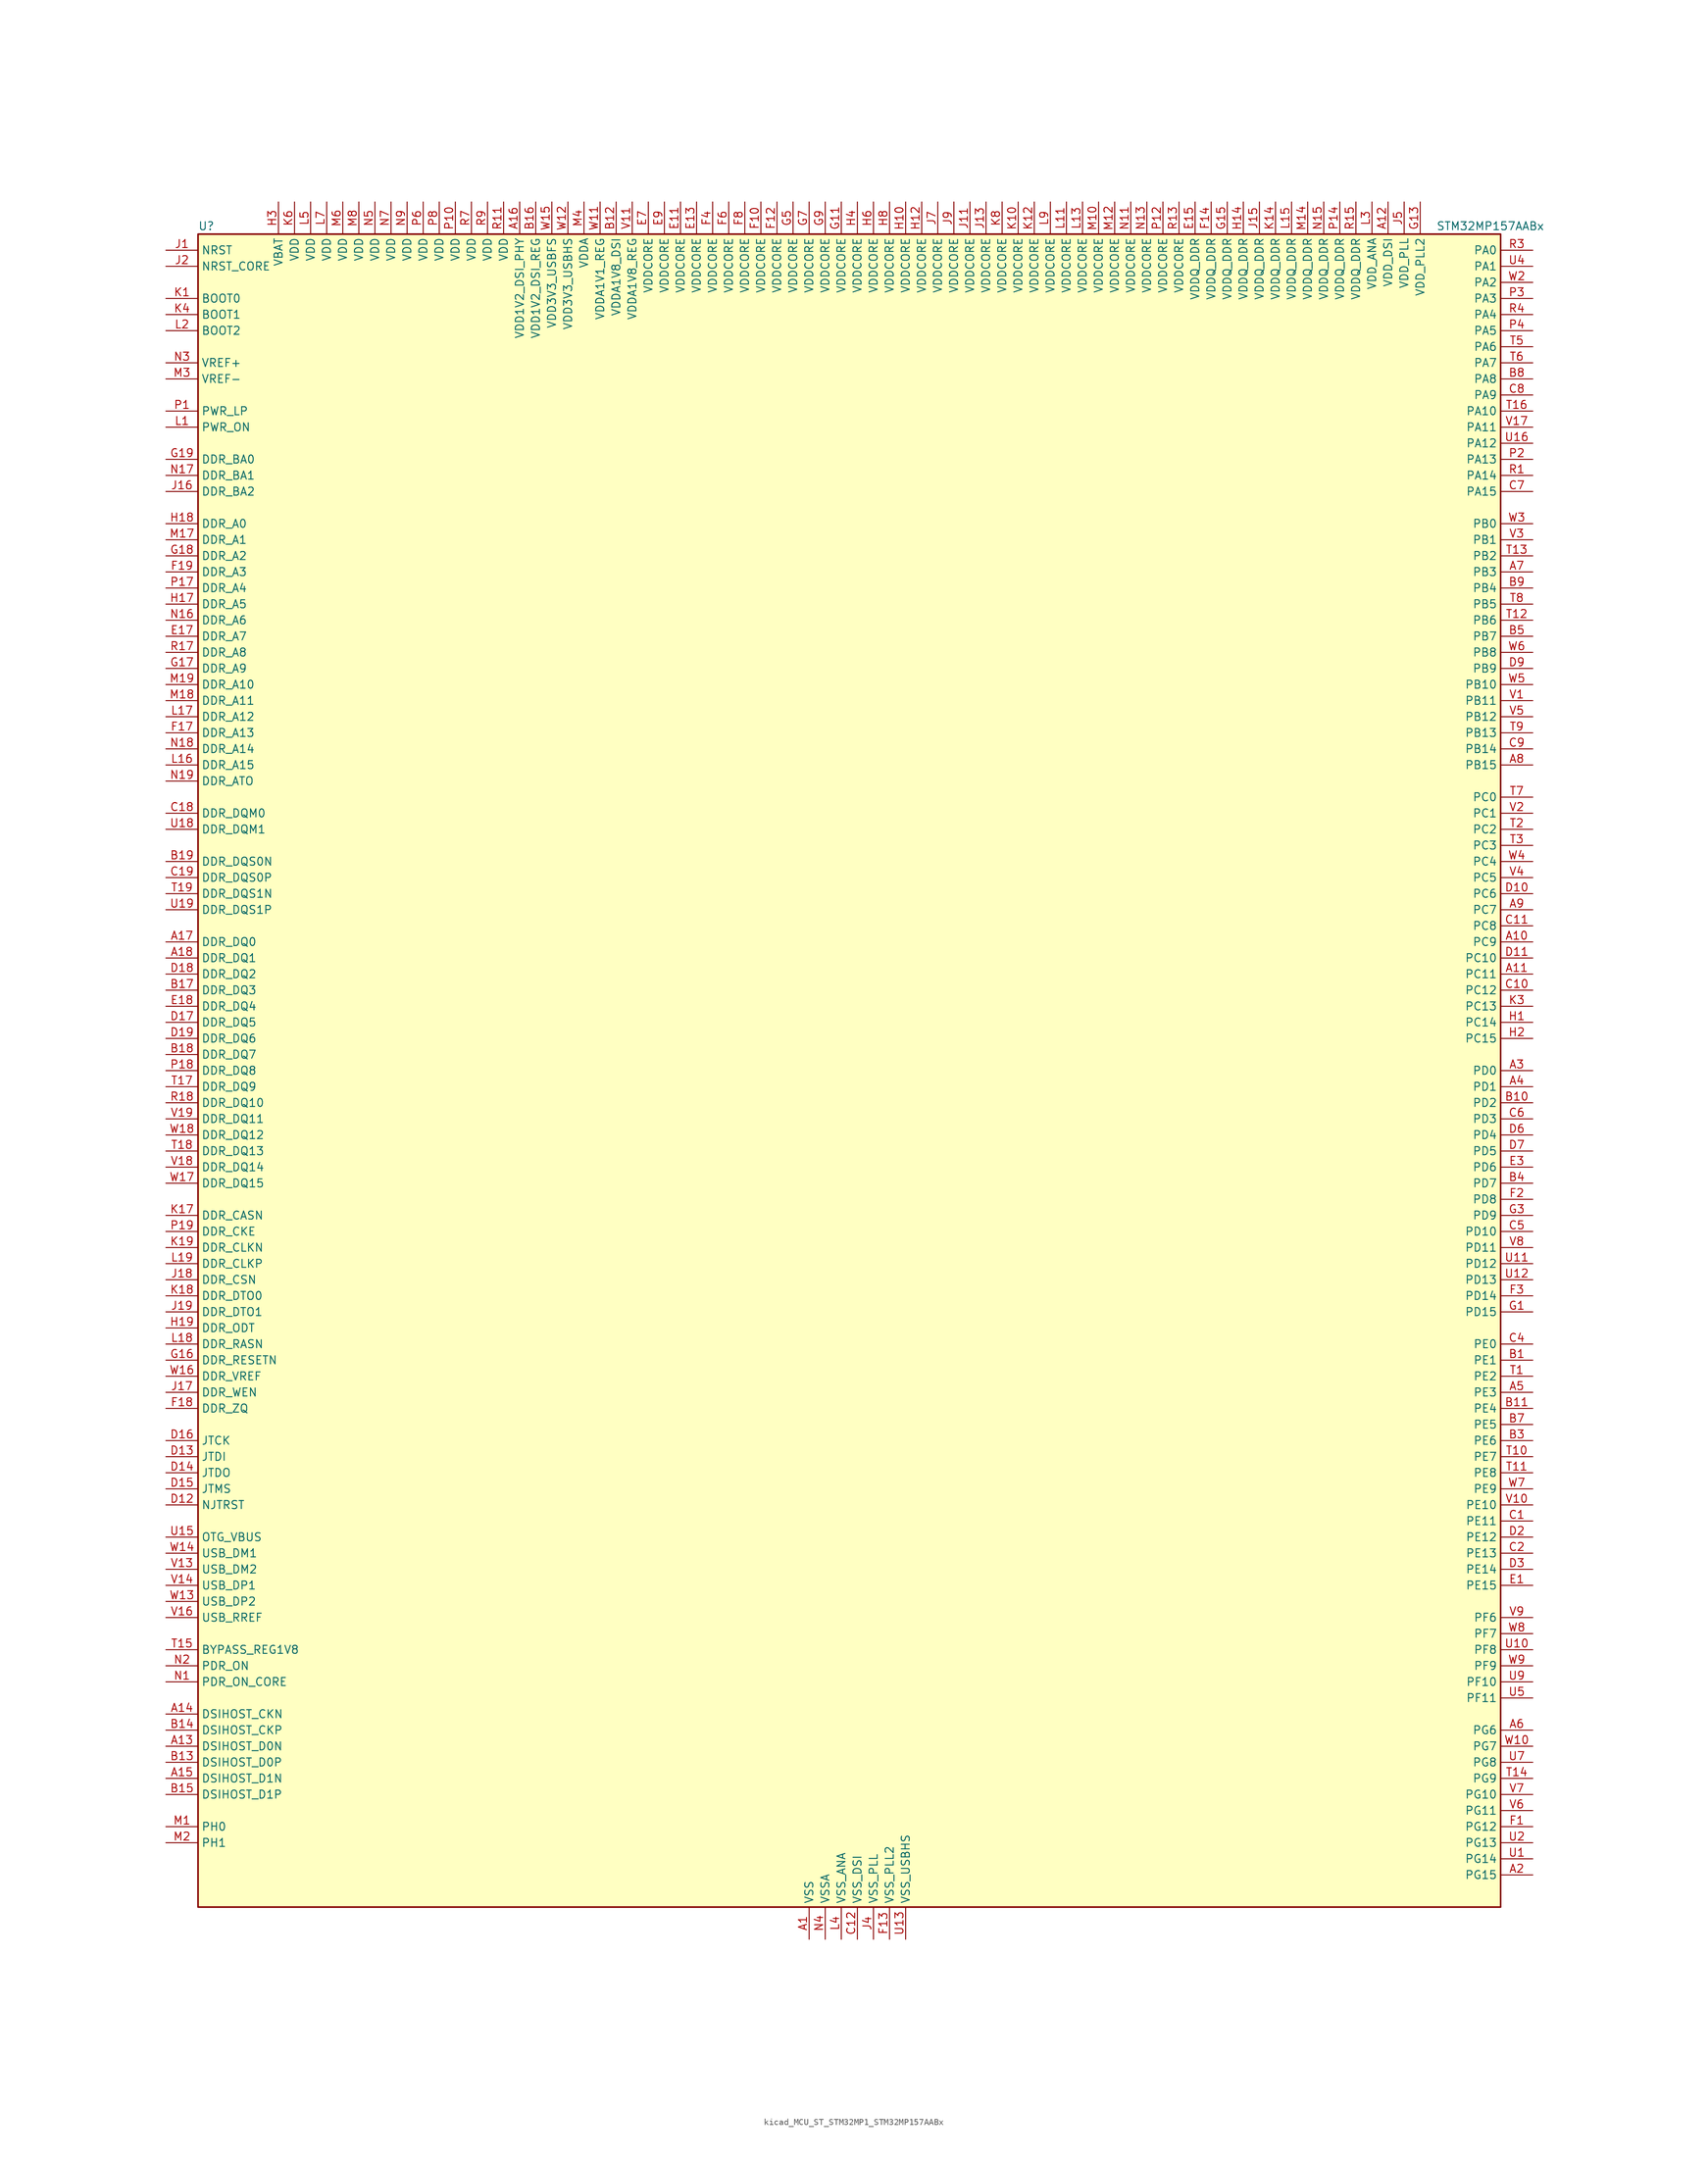
<source format=kicad_sym>
(kicad_symbol_lib
  (version 20220914)
  (generator kicad_symbol_editor)
  (symbol "kicad_MCU_ST_STM32MP1_STM32MP157AABx"
    (property "Reference" "U"
      (at -101.6 133.35 0)
      (effects (font (size 1.27 1.27)) (justify left)))
    (property "Value" "STM32MP157AABx"
      (at 93.98 133.35 0)
      (effects (font (size 1.27 1.27)) (justify left)))
    (property "ki_locked" ""
      (at 0 0 0)
      (effects (font (size 1.27 1.27))))
    (symbol "kicad_MCU_ST_STM32MP1_STM32MP157AABx_0_1"
      (rectangle (start -101.6 -132.08) (end 104.14 132.08) (stroke (width 0.254) (type default)) (fill (type background))))
    (symbol "kicad_MCU_ST_STM32MP1_STM32MP157AABx_1_1"
      (pin power_in line (at -5.08 -137.16 90) (length 5.08) (name "VSS" (effects (font (size 1.27 1.27)))) (number "A1" (effects (font (size 1.27 1.27)))))
      (pin bidirectional line (at 109.22 20.32 180) (length 5.08) (name "PC9" (effects (font (size 1.27 1.27)))) (number "A10" (effects (font (size 1.27 1.27)))) (alternate "DAC1_EXTI9" bidirectional line) (alternate "DCMI_D3" bidirectional line) (alternate "DEBUG_TRACED1" bidirectional line) (alternate "I2C3_SDA" bidirectional line) (alternate "I2S_CKIN" bidirectional line) (alternate "LTDC_B2" bidirectional line) (alternate "QUADSPI_BK1_IO0" bidirectional line) (alternate "SDMMC1_D1" bidirectional line) (alternate "TIM3_CH4" bidirectional line) (alternate "TIM8_CH4" bidirectional line) (alternate "UART5_CTS" bidirectional line))
      (pin bidirectional line (at 109.22 15.24 180) (length 5.08) (name "PC11" (effects (font (size 1.27 1.27)))) (number "A11" (effects (font (size 1.27 1.27)))) (alternate "ADC1_EXTI11" bidirectional line) (alternate "ADC2_EXTI11" bidirectional line) (alternate "DCMI_D4" bidirectional line) (alternate "DEBUG_TRACED3" bidirectional line) (alternate "DFSDM1_DATIN5" bidirectional line) (alternate "I2S3_SDI" bidirectional line) (alternate "QUADSPI_BK2_NCS" bidirectional line) (alternate "SAI4_SCK_B" bidirectional line) (alternate "SDMMC1_D3" bidirectional line) (alternate "SPI3_MISO" bidirectional line) (alternate "UART4_RX" bidirectional line) (alternate "USART3_RX" bidirectional line))
      (pin power_in line (at 86.36 137.16 270) (length 5.08) (name "VDD_DSI" (effects (font (size 1.27 1.27)))) (number "A12" (effects (font (size 1.27 1.27)))))
      (pin bidirectional line (at -106.68 -106.68 0) (length 5.08) (name "DSIHOST_D0N" (effects (font (size 1.27 1.27)))) (number "A13" (effects (font (size 1.27 1.27)))) (alternate "DSIHOST_D0N" bidirectional line))
      (pin bidirectional line (at -106.68 -101.6 0) (length 5.08) (name "DSIHOST_CKN" (effects (font (size 1.27 1.27)))) (number "A14" (effects (font (size 1.27 1.27)))) (alternate "DSIHOST_CKN" bidirectional line))
      (pin bidirectional line (at -106.68 -111.76 0) (length 5.08) (name "DSIHOST_D1N" (effects (font (size 1.27 1.27)))) (number "A15" (effects (font (size 1.27 1.27)))) (alternate "DSIHOST_D1N" bidirectional line))
      (pin power_in line (at -50.8 137.16 270) (length 5.08) (name "VDD1V2_DSI_PHY" (effects (font (size 1.27 1.27)))) (number "A16" (effects (font (size 1.27 1.27)))))
      (pin bidirectional line (at -106.68 20.32 0) (length 5.08) (name "DDR_DQ0" (effects (font (size 1.27 1.27)))) (number "A17" (effects (font (size 1.27 1.27)))) (alternate "DDR_DQ0" bidirectional line))
      (pin bidirectional line (at -106.68 17.78 0) (length 5.08) (name "DDR_DQ1" (effects (font (size 1.27 1.27)))) (number "A18" (effects (font (size 1.27 1.27)))) (alternate "DDR_DQ1" bidirectional line))
      (pin passive line (at -5.08 -137.16 90) (length 5.08) hide (name "VSS" (effects (font (size 1.27 1.27)))) (number "A19" (effects (font (size 1.27 1.27)))))
      (pin bidirectional line (at 109.22 -127 180) (length 5.08) (name "PG15" (effects (font (size 1.27 1.27)))) (number "A2" (effects (font (size 1.27 1.27)))) (alternate "ADC1_EXTI15" bidirectional line) (alternate "ADC2_EXTI15" bidirectional line) (alternate "DCMI_D13" bidirectional line) (alternate "DEBUG_TRACED7" bidirectional line) (alternate "I2C2_SDA" bidirectional line) (alternate "SAI1_D2" bidirectional line) (alternate "SAI1_FS_A" bidirectional line) (alternate "SDMMC3_CK" bidirectional line) (alternate "USART6_CTS" bidirectional line) (alternate "USART6_NSS" bidirectional line))
      (pin bidirectional line (at 109.22 0 180) (length 5.08) (name "PD0" (effects (font (size 1.27 1.27)))) (number "A3" (effects (font (size 1.27 1.27)))) (alternate "DFSDM1_CKIN6" bidirectional line) (alternate "DFSDM1_DATIN7" bidirectional line) (alternate "FDCAN1_RX" bidirectional line) (alternate "FMC_D2" bidirectional line) (alternate "FMC_DA2" bidirectional line) (alternate "I2C5_SDA" bidirectional line) (alternate "I2C6_SDA" bidirectional line) (alternate "SAI3_SCK_A" bidirectional line) (alternate "SDMMC3_CMD" bidirectional line) (alternate "UART4_RX" bidirectional line))
      (pin bidirectional line (at 109.22 -2.54 180) (length 5.08) (name "PD1" (effects (font (size 1.27 1.27)))) (number "A4" (effects (font (size 1.27 1.27)))) (alternate "DFSDM1_CKIN7" bidirectional line) (alternate "DFSDM1_DATIN6" bidirectional line) (alternate "FDCAN1_TX" bidirectional line) (alternate "FMC_D3" bidirectional line) (alternate "FMC_DA3" bidirectional line) (alternate "I2C5_SCL" bidirectional line) (alternate "I2C6_SCL" bidirectional line) (alternate "SAI3_SD_A" bidirectional line) (alternate "SDMMC3_D0" bidirectional line) (alternate "UART4_TX" bidirectional line))
      (pin bidirectional line (at 109.22 -50.8 180) (length 5.08) (name "PE3" (effects (font (size 1.27 1.27)))) (number "A5" (effects (font (size 1.27 1.27)))) (alternate "DEBUG_TRACED0" bidirectional line) (alternate "FMC_A19" bidirectional line) (alternate "SAI1_SD_B" bidirectional line) (alternate "SDMMC2_CK" bidirectional line) (alternate "TIM15_BKIN" bidirectional line))
      (pin bidirectional line (at 109.22 -104.14 180) (length 5.08) (name "PG6" (effects (font (size 1.27 1.27)))) (number "A6" (effects (font (size 1.27 1.27)))) (alternate "DCMI_D12" bidirectional line) (alternate "DEBUG_TRACED14" bidirectional line) (alternate "LTDC_R7" bidirectional line) (alternate "SDMMC2_CMD" bidirectional line) (alternate "TIM17_BKIN" bidirectional line))
      (pin bidirectional line (at 109.22 78.74 180) (length 5.08) (name "PB3" (effects (font (size 1.27 1.27)))) (number "A7" (effects (font (size 1.27 1.27)))) (alternate "DEBUG_TRACED9" bidirectional line) (alternate "I2S1_CK" bidirectional line) (alternate "I2S3_CK" bidirectional line) (alternate "SAI4_CK1" bidirectional line) (alternate "SAI4_MCLK_A" bidirectional line) (alternate "SDMMC2_D2" bidirectional line) (alternate "SPI1_SCK" bidirectional line) (alternate "SPI3_SCK" bidirectional line) (alternate "SPI6_SCK" bidirectional line) (alternate "TIM2_CH2" bidirectional line) (alternate "UART7_RX" bidirectional line))
      (pin bidirectional line (at 109.22 48.26 180) (length 5.08) (name "PB15" (effects (font (size 1.27 1.27)))) (number "A8" (effects (font (size 1.27 1.27)))) (alternate "ADC1_EXTI15" bidirectional line) (alternate "ADC2_EXTI15" bidirectional line) (alternate "DFSDM1_CKIN2" bidirectional line) (alternate "I2S2_SDO" bidirectional line) (alternate "RTC_REFIN" bidirectional line) (alternate "SDMMC2_D1" bidirectional line) (alternate "SPI2_MOSI" bidirectional line) (alternate "TIM12_CH2" bidirectional line) (alternate "TIM1_CH3N" bidirectional line) (alternate "TIM8_CH3N" bidirectional line) (alternate "USART1_RX" bidirectional line))
      (pin bidirectional line (at 109.22 25.4 180) (length 5.08) (name "PC7" (effects (font (size 1.27 1.27)))) (number "A9" (effects (font (size 1.27 1.27)))) (alternate "DCMI_D1" bidirectional line) (alternate "DFSDM1_DATIN3" bidirectional line) (alternate "HDP_HDP4" bidirectional line) (alternate "I2S3_MCK" bidirectional line) (alternate "LTDC_G6" bidirectional line) (alternate "SDMMC1_D123DIR" bidirectional line) (alternate "SDMMC1_D7" bidirectional line) (alternate "SDMMC2_D123DIR" bidirectional line) (alternate "SDMMC2_D7" bidirectional line) (alternate "TIM3_CH2" bidirectional line) (alternate "TIM8_CH2" bidirectional line) (alternate "USART6_RX" bidirectional line))
      (pin bidirectional line (at 109.22 -45.72 180) (length 5.08) (name "PE1" (effects (font (size 1.27 1.27)))) (number "B1" (effects (font (size 1.27 1.27)))) (alternate "DCMI_D3" bidirectional line) (alternate "FMC_NBL1" bidirectional line) (alternate "I2S2_MCK" bidirectional line) (alternate "LPTIM1_IN2" bidirectional line) (alternate "SAI3_SD_B" bidirectional line) (alternate "UART8_TX" bidirectional line))
      (pin bidirectional line (at 109.22 -5.08 180) (length 5.08) (name "PD2" (effects (font (size 1.27 1.27)))) (number "B10" (effects (font (size 1.27 1.27)))) (alternate "DCMI_D11" bidirectional line) (alternate "I2C5_SMBA" bidirectional line) (alternate "SDMMC1_CMD" bidirectional line) (alternate "TIM3_ETR" bidirectional line) (alternate "UART4_RX" bidirectional line) (alternate "UART5_RX" bidirectional line))
      (pin bidirectional line (at 109.22 -53.34 180) (length 5.08) (name "PE4" (effects (font (size 1.27 1.27)))) (number "B11" (effects (font (size 1.27 1.27)))) (alternate "DCMI_D4" bidirectional line) (alternate "DEBUG_TRACED1" bidirectional line) (alternate "DFSDM1_DATIN3" bidirectional line) (alternate "FMC_A20" bidirectional line) (alternate "LTDC_B0" bidirectional line) (alternate "SAI1_D2" bidirectional line) (alternate "SAI1_FS_A" bidirectional line) (alternate "SDMMC1_CKIN" bidirectional line) (alternate "SDMMC1_D4" bidirectional line) (alternate "SDMMC2_CKIN" bidirectional line) (alternate "SDMMC2_D4" bidirectional line) (alternate "SPI4_NSS" bidirectional line) (alternate "TIM15_CH1N" bidirectional line))
      (pin power_in line (at -35.56 137.16 270) (length 5.08) (name "VDDA1V8_DSI" (effects (font (size 1.27 1.27)))) (number "B12" (effects (font (size 1.27 1.27)))))
      (pin bidirectional line (at -106.68 -109.22 0) (length 5.08) (name "DSIHOST_D0P" (effects (font (size 1.27 1.27)))) (number "B13" (effects (font (size 1.27 1.27)))) (alternate "DSIHOST_D0P" bidirectional line))
      (pin bidirectional line (at -106.68 -104.14 0) (length 5.08) (name "DSIHOST_CKP" (effects (font (size 1.27 1.27)))) (number "B14" (effects (font (size 1.27 1.27)))) (alternate "DSIHOST_CKP" bidirectional line))
      (pin bidirectional line (at -106.68 -114.3 0) (length 5.08) (name "DSIHOST_D1P" (effects (font (size 1.27 1.27)))) (number "B15" (effects (font (size 1.27 1.27)))) (alternate "DSIHOST_D1P" bidirectional line))
      (pin power_in line (at -48.26 137.16 270) (length 5.08) (name "VDD1V2_DSI_REG" (effects (font (size 1.27 1.27)))) (number "B16" (effects (font (size 1.27 1.27)))))
      (pin bidirectional line (at -106.68 12.7 0) (length 5.08) (name "DDR_DQ3" (effects (font (size 1.27 1.27)))) (number "B17" (effects (font (size 1.27 1.27)))) (alternate "DDR_DQ3" bidirectional line))
      (pin bidirectional line (at -106.68 2.54 0) (length 5.08) (name "DDR_DQ7" (effects (font (size 1.27 1.27)))) (number "B18" (effects (font (size 1.27 1.27)))) (alternate "DDR_DQ7" bidirectional line))
      (pin bidirectional line (at -106.68 33.02 0) (length 5.08) (name "DDR_DQS0N" (effects (font (size 1.27 1.27)))) (number "B19" (effects (font (size 1.27 1.27)))) (alternate "DDR_DQS0N" bidirectional line))
      (pin passive line (at -5.08 -137.16 90) (length 5.08) hide (name "VSS" (effects (font (size 1.27 1.27)))) (number "B2" (effects (font (size 1.27 1.27)))))
      (pin bidirectional line (at 109.22 -58.42 180) (length 5.08) (name "PE6" (effects (font (size 1.27 1.27)))) (number "B3" (effects (font (size 1.27 1.27)))) (alternate "DCMI_D7" bidirectional line) (alternate "DEBUG_TRACED2" bidirectional line) (alternate "FMC_A22" bidirectional line) (alternate "LTDC_G1" bidirectional line) (alternate "SAI1_D1" bidirectional line) (alternate "SAI1_SD_A" bidirectional line) (alternate "SAI2_MCLK_B" bidirectional line) (alternate "SDMMC1_D2" bidirectional line) (alternate "SDMMC2_D0" bidirectional line) (alternate "SPI4_MOSI" bidirectional line) (alternate "TIM15_CH2" bidirectional line) (alternate "TIM1_BKIN2" bidirectional line))
      (pin bidirectional line (at 109.22 -17.78 180) (length 5.08) (name "PD7" (effects (font (size 1.27 1.27)))) (number "B4" (effects (font (size 1.27 1.27)))) (alternate "DEBUG_TRACED6" bidirectional line) (alternate "DFSDM1_CKIN1" bidirectional line) (alternate "DFSDM1_DATIN4" bidirectional line) (alternate "FMC_NE1" bidirectional line) (alternate "I2C2_SCL" bidirectional line) (alternate "SDMMC3_D3" bidirectional line) (alternate "SPDIFRX_IN0" bidirectional line) (alternate "USART2_CK" bidirectional line))
      (pin bidirectional line (at 109.22 68.58 180) (length 5.08) (name "PB7" (effects (font (size 1.27 1.27)))) (number "B5" (effects (font (size 1.27 1.27)))) (alternate "DCMI_VSYNC" bidirectional line) (alternate "DFSDM1_CKIN5" bidirectional line) (alternate "FMC_NL" bidirectional line) (alternate "I2C1_SDA" bidirectional line) (alternate "I2C4_SDA" bidirectional line) (alternate "SDMMC2_D1" bidirectional line) (alternate "TIM17_CH1N" bidirectional line) (alternate "TIM4_CH2" bidirectional line) (alternate "USART1_RX" bidirectional line))
      (pin passive line (at -5.08 -137.16 90) (length 5.08) hide (name "VSS" (effects (font (size 1.27 1.27)))) (number "B6" (effects (font (size 1.27 1.27)))))
      (pin bidirectional line (at 109.22 -55.88 180) (length 5.08) (name "PE5" (effects (font (size 1.27 1.27)))) (number "B7" (effects (font (size 1.27 1.27)))) (alternate "DCMI_D6" bidirectional line) (alternate "DEBUG_TRACED3" bidirectional line) (alternate "DFSDM1_CKIN3" bidirectional line) (alternate "FMC_A21" bidirectional line) (alternate "LTDC_G0" bidirectional line) (alternate "SAI1_CK2" bidirectional line) (alternate "SAI1_SCK_A" bidirectional line) (alternate "SDMMC1_D0DIR" bidirectional line) (alternate "SDMMC1_D6" bidirectional line) (alternate "SDMMC2_D0DIR" bidirectional line) (alternate "SDMMC2_D6" bidirectional line) (alternate "SPI4_MISO" bidirectional line) (alternate "TIM15_CH1" bidirectional line))
      (pin bidirectional line (at 109.22 109.22 180) (length 5.08) (name "PA8" (effects (font (size 1.27 1.27)))) (number "B8" (effects (font (size 1.27 1.27)))) (alternate "I2C3_SCL" bidirectional line) (alternate "I2S3_SDO" bidirectional line) (alternate "LTDC_R6" bidirectional line) (alternate "RCC_MCO_1" bidirectional line) (alternate "SAI4_SD_B" bidirectional line) (alternate "SDMMC2_CKIN" bidirectional line) (alternate "SDMMC2_D4" bidirectional line) (alternate "SPI3_MOSI" bidirectional line) (alternate "TIM1_CH1" bidirectional line) (alternate "TIM8_BKIN2" bidirectional line) (alternate "UART7_RX" bidirectional line) (alternate "USART1_CK" bidirectional line) (alternate "USB_OTG_HS_SOF" bidirectional line))
      (pin bidirectional line (at 109.22 76.2 180) (length 5.08) (name "PB4" (effects (font (size 1.27 1.27)))) (number "B9" (effects (font (size 1.27 1.27)))) (alternate "DEBUG_TRACED8" bidirectional line) (alternate "I2S1_SDI" bidirectional line) (alternate "I2S2_WS" bidirectional line) (alternate "I2S3_SDI" bidirectional line) (alternate "SAI4_CK2" bidirectional line) (alternate "SAI4_SCK_A" bidirectional line) (alternate "SDMMC2_D3" bidirectional line) (alternate "SPI1_MISO" bidirectional line) (alternate "SPI2_NSS" bidirectional line) (alternate "SPI3_MISO" bidirectional line) (alternate "SPI6_MISO" bidirectional line) (alternate "TIM16_BKIN" bidirectional line) (alternate "TIM3_CH1" bidirectional line) (alternate "UART7_TX" bidirectional line))
      (pin bidirectional line (at 109.22 -71.12 180) (length 5.08) (name "PE11" (effects (font (size 1.27 1.27)))) (number "C1" (effects (font (size 1.27 1.27)))) (alternate "ADC1_EXTI11" bidirectional line) (alternate "ADC2_EXTI11" bidirectional line) (alternate "DCMI_D4" bidirectional line) (alternate "DFSDM1_CKIN4" bidirectional line) (alternate "FMC_D8" bidirectional line) (alternate "FMC_DA8" bidirectional line) (alternate "LTDC_G3" bidirectional line) (alternate "SAI2_SD_B" bidirectional line) (alternate "SPI4_NSS" bidirectional line) (alternate "TIM1_CH2" bidirectional line) (alternate "USART6_CK" bidirectional line))
      (pin bidirectional line (at 109.22 12.7 180) (length 5.08) (name "PC12" (effects (font (size 1.27 1.27)))) (number "C10" (effects (font (size 1.27 1.27)))) (alternate "DCMI_D9" bidirectional line) (alternate "DEBUG_TRACECLK" bidirectional line) (alternate "I2S3_SDO" bidirectional line) (alternate "RCC_MCO_2" bidirectional line) (alternate "SAI4_D3" bidirectional line) (alternate "SAI4_SD_B" bidirectional line) (alternate "SDMMC1_CK" bidirectional line) (alternate "SPI3_MOSI" bidirectional line) (alternate "UART5_TX" bidirectional line) (alternate "USART3_CK" bidirectional line))
      (pin bidirectional line (at 109.22 22.86 180) (length 5.08) (name "PC8" (effects (font (size 1.27 1.27)))) (number "C11" (effects (font (size 1.27 1.27)))) (alternate "DCMI_D2" bidirectional line) (alternate "DEBUG_TRACED0" bidirectional line) (alternate "SDMMC1_D0" bidirectional line) (alternate "TIM3_CH3" bidirectional line) (alternate "TIM8_CH3" bidirectional line) (alternate "UART4_TX" bidirectional line) (alternate "UART5_DE" bidirectional line) (alternate "UART5_RTS" bidirectional line) (alternate "USART6_CK" bidirectional line))
      (pin power_in line (at 2.54 -137.16 90) (length 5.08) (name "VSS_DSI" (effects (font (size 1.27 1.27)))) (number "C12" (effects (font (size 1.27 1.27)))))
      (pin passive line (at 2.54 -137.16 90) (length 5.08) hide (name "VSS_DSI" (effects (font (size 1.27 1.27)))) (number "C13" (effects (font (size 1.27 1.27)))))
      (pin passive line (at 2.54 -137.16 90) (length 5.08) hide (name "VSS_DSI" (effects (font (size 1.27 1.27)))) (number "C14" (effects (font (size 1.27 1.27)))))
      (pin passive line (at 2.54 -137.16 90) (length 5.08) hide (name "VSS_DSI" (effects (font (size 1.27 1.27)))) (number "C15" (effects (font (size 1.27 1.27)))))
      (pin passive line (at 2.54 -137.16 90) (length 5.08) hide (name "VSS_DSI" (effects (font (size 1.27 1.27)))) (number "C16" (effects (font (size 1.27 1.27)))))
      (pin passive line (at -5.08 -137.16 90) (length 5.08) hide (name "VSS" (effects (font (size 1.27 1.27)))) (number "C17" (effects (font (size 1.27 1.27)))))
      (pin bidirectional line (at -106.68 40.64 0) (length 5.08) (name "DDR_DQM0" (effects (font (size 1.27 1.27)))) (number "C18" (effects (font (size 1.27 1.27)))) (alternate "DDR_DQM0" bidirectional line))
      (pin bidirectional line (at -106.68 30.48 0) (length 5.08) (name "DDR_DQS0P" (effects (font (size 1.27 1.27)))) (number "C19" (effects (font (size 1.27 1.27)))) (alternate "DDR_DQS0P" bidirectional line))
      (pin bidirectional line (at 109.22 -76.2 180) (length 5.08) (name "PE13" (effects (font (size 1.27 1.27)))) (number "C2" (effects (font (size 1.27 1.27)))) (alternate "DCMI_D6" bidirectional line) (alternate "DFSDM1_CKIN5" bidirectional line) (alternate "FMC_D10" bidirectional line) (alternate "FMC_DA10" bidirectional line) (alternate "HDP_HDP2" bidirectional line) (alternate "LTDC_DE" bidirectional line) (alternate "SAI2_FS_B" bidirectional line) (alternate "SPI4_MISO" bidirectional line) (alternate "TIM1_CH3" bidirectional line))
      (pin passive line (at -5.08 -137.16 90) (length 5.08) hide (name "VSS" (effects (font (size 1.27 1.27)))) (number "C3" (effects (font (size 1.27 1.27)))))
      (pin bidirectional line (at 109.22 -43.18 180) (length 5.08) (name "PE0" (effects (font (size 1.27 1.27)))) (number "C4" (effects (font (size 1.27 1.27)))) (alternate "DCMI_D2" bidirectional line) (alternate "FMC_NBL0" bidirectional line) (alternate "I2S3_CK" bidirectional line) (alternate "LPTIM1_ETR" bidirectional line) (alternate "LPTIM2_ETR" bidirectional line) (alternate "SAI2_MCLK_A" bidirectional line) (alternate "SAI4_MCLK_B" bidirectional line) (alternate "SPI3_SCK" bidirectional line) (alternate "TIM4_ETR" bidirectional line) (alternate "UART8_RX" bidirectional line))
      (pin bidirectional line (at 109.22 -25.4 180) (length 5.08) (name "PD10" (effects (font (size 1.27 1.27)))) (number "C5" (effects (font (size 1.27 1.27)))) (alternate "DFSDM1_CKOUT" bidirectional line) (alternate "FMC_D15" bidirectional line) (alternate "FMC_DA15" bidirectional line) (alternate "I2C5_SMBA" bidirectional line) (alternate "I2S3_SDI" bidirectional line) (alternate "LTDC_B3" bidirectional line) (alternate "RTC_REFIN" bidirectional line) (alternate "SAI3_FS_B" bidirectional line) (alternate "SPI3_MISO" bidirectional line) (alternate "TIM16_BKIN" bidirectional line) (alternate "USART3_CK" bidirectional line))
      (pin bidirectional line (at 109.22 -7.62 180) (length 5.08) (name "PD3" (effects (font (size 1.27 1.27)))) (number "C6" (effects (font (size 1.27 1.27)))) (alternate "DCMI_D5" bidirectional line) (alternate "DFSDM1_CKOUT" bidirectional line) (alternate "DFSDM1_DATIN0" bidirectional line) (alternate "FMC_CLK" bidirectional line) (alternate "HDP_HDP5" bidirectional line) (alternate "I2S2_CK" bidirectional line) (alternate "LTDC_G7" bidirectional line) (alternate "SDMMC1_D123DIR" bidirectional line) (alternate "SDMMC1_D7" bidirectional line) (alternate "SDMMC2_D123DIR" bidirectional line) (alternate "SDMMC2_D7" bidirectional line) (alternate "SPI2_SCK" bidirectional line) (alternate "USART2_CTS" bidirectional line) (alternate "USART2_NSS" bidirectional line))
      (pin bidirectional line (at 109.22 91.44 180) (length 5.08) (name "PA15" (effects (font (size 1.27 1.27)))) (number "C7" (effects (font (size 1.27 1.27)))) (alternate "ADC1_EXTI15" bidirectional line) (alternate "ADC2_EXTI15" bidirectional line) (alternate "CEC" bidirectional line) (alternate "DEBUG_DBTRGI" bidirectional line) (alternate "I2S1_WS" bidirectional line) (alternate "I2S3_WS" bidirectional line) (alternate "LTDC_R1" bidirectional line) (alternate "SAI4_D2" bidirectional line) (alternate "SAI4_FS_A" bidirectional line) (alternate "SDMMC1_CDIR" bidirectional line) (alternate "SDMMC1_D5" bidirectional line) (alternate "SDMMC2_CDIR" bidirectional line) (alternate "SDMMC2_D5" bidirectional line) (alternate "SPI1_NSS" bidirectional line) (alternate "SPI3_NSS" bidirectional line) (alternate "SPI6_NSS" bidirectional line) (alternate "TIM2_CH1" bidirectional line) (alternate "TIM2_ETR" bidirectional line) (alternate "UART4_DE" bidirectional line) (alternate "UART4_RTS" bidirectional line) (alternate "UART7_TX" bidirectional line))
      (pin bidirectional line (at 109.22 106.68 180) (length 5.08) (name "PA9" (effects (font (size 1.27 1.27)))) (number "C8" (effects (font (size 1.27 1.27)))) (alternate "DAC1_EXTI9" bidirectional line) (alternate "DCMI_D0" bidirectional line) (alternate "I2C3_SMBA" bidirectional line) (alternate "I2S2_CK" bidirectional line) (alternate "LTDC_R5" bidirectional line) (alternate "SDMMC2_CDIR" bidirectional line) (alternate "SDMMC2_D5" bidirectional line) (alternate "SPI2_SCK" bidirectional line) (alternate "TIM1_CH2" bidirectional line) (alternate "USART1_TX" bidirectional line))
      (pin bidirectional line (at 109.22 50.8 180) (length 5.08) (name "PB14" (effects (font (size 1.27 1.27)))) (number "C9" (effects (font (size 1.27 1.27)))) (alternate "DFSDM1_DATIN2" bidirectional line) (alternate "I2S2_SDI" bidirectional line) (alternate "SDMMC2_D0" bidirectional line) (alternate "SPI2_MISO" bidirectional line) (alternate "TIM12_CH1" bidirectional line) (alternate "TIM1_CH2N" bidirectional line) (alternate "TIM8_CH2N" bidirectional line) (alternate "USART1_TX" bidirectional line) (alternate "USART3_DE" bidirectional line) (alternate "USART3_RTS" bidirectional line))
      (pin passive line (at -5.08 -137.16 90) (length 5.08) hide (name "VSS" (effects (font (size 1.27 1.27)))) (number "D1" (effects (font (size 1.27 1.27)))))
      (pin bidirectional line (at 109.22 27.94 180) (length 5.08) (name "PC6" (effects (font (size 1.27 1.27)))) (number "D10" (effects (font (size 1.27 1.27)))) (alternate "DCMI_D0" bidirectional line) (alternate "DFSDM1_CKIN3" bidirectional line) (alternate "DSIHOST_TE" bidirectional line) (alternate "HDP_HDP1" bidirectional line) (alternate "I2S2_MCK" bidirectional line) (alternate "LTDC_HSYNC" bidirectional line) (alternate "SDMMC1_D0DIR" bidirectional line) (alternate "SDMMC1_D6" bidirectional line) (alternate "SDMMC2_D0DIR" bidirectional line) (alternate "SDMMC2_D6" bidirectional line) (alternate "TIM3_CH1" bidirectional line) (alternate "TIM8_CH1" bidirectional line) (alternate "USART6_TX" bidirectional line))
      (pin bidirectional line (at 109.22 17.78 180) (length 5.08) (name "PC10" (effects (font (size 1.27 1.27)))) (number "D11" (effects (font (size 1.27 1.27)))) (alternate "DCMI_D8" bidirectional line) (alternate "DEBUG_TRACED2" bidirectional line) (alternate "DFSDM1_CKIN5" bidirectional line) (alternate "I2S3_CK" bidirectional line) (alternate "LTDC_R2" bidirectional line) (alternate "QUADSPI_BK1_IO1" bidirectional line) (alternate "SAI4_MCLK_B" bidirectional line) (alternate "SDMMC1_D2" bidirectional line) (alternate "SPI3_SCK" bidirectional line) (alternate "UART4_TX" bidirectional line) (alternate "USART3_TX" bidirectional line))
      (pin bidirectional line (at -106.68 -68.58 0) (length 5.08) (name "NJTRST" (effects (font (size 1.27 1.27)))) (number "D12" (effects (font (size 1.27 1.27)))) (alternate "DEBUG_JTRST" bidirectional line))
      (pin bidirectional line (at -106.68 -60.96 0) (length 5.08) (name "JTDI" (effects (font (size 1.27 1.27)))) (number "D13" (effects (font (size 1.27 1.27)))) (alternate "DEBUG_JTDI" bidirectional line))
      (pin bidirectional line (at -106.68 -63.5 0) (length 5.08) (name "JTDO" (effects (font (size 1.27 1.27)))) (number "D14" (effects (font (size 1.27 1.27)))) (alternate "DEBUG_JTDO-SWO" bidirectional line))
      (pin bidirectional line (at -106.68 -66.04 0) (length 5.08) (name "JTMS" (effects (font (size 1.27 1.27)))) (number "D15" (effects (font (size 1.27 1.27)))) (alternate "DEBUG_JTMS-SWDIO" bidirectional line))
      (pin bidirectional line (at -106.68 -58.42 0) (length 5.08) (name "JTCK" (effects (font (size 1.27 1.27)))) (number "D16" (effects (font (size 1.27 1.27)))) (alternate "DEBUG_JTCK-SWCLK" bidirectional line))
      (pin bidirectional line (at -106.68 7.62 0) (length 5.08) (name "DDR_DQ5" (effects (font (size 1.27 1.27)))) (number "D17" (effects (font (size 1.27 1.27)))) (alternate "DDR_DQ5" bidirectional line))
      (pin bidirectional line (at -106.68 15.24 0) (length 5.08) (name "DDR_DQ2" (effects (font (size 1.27 1.27)))) (number "D18" (effects (font (size 1.27 1.27)))) (alternate "DDR_DQ2" bidirectional line))
      (pin bidirectional line (at -106.68 5.08 0) (length 5.08) (name "DDR_DQ6" (effects (font (size 1.27 1.27)))) (number "D19" (effects (font (size 1.27 1.27)))) (alternate "DDR_DQ6" bidirectional line))
      (pin bidirectional line (at 109.22 -73.66 180) (length 5.08) (name "PE12" (effects (font (size 1.27 1.27)))) (number "D2" (effects (font (size 1.27 1.27)))) (alternate "DFSDM1_DATIN5" bidirectional line) (alternate "FMC_D9" bidirectional line) (alternate "FMC_DA9" bidirectional line) (alternate "LTDC_B4" bidirectional line) (alternate "SAI2_SCK_B" bidirectional line) (alternate "SDMMC1_D0DIR" bidirectional line) (alternate "SPI4_SCK" bidirectional line) (alternate "TIM1_CH3N" bidirectional line))
      (pin bidirectional line (at 109.22 -78.74 180) (length 5.08) (name "PE14" (effects (font (size 1.27 1.27)))) (number "D3" (effects (font (size 1.27 1.27)))) (alternate "FMC_D11" bidirectional line) (alternate "FMC_DA11" bidirectional line) (alternate "LTDC_CLK" bidirectional line) (alternate "LTDC_G0" bidirectional line) (alternate "SAI2_MCLK_B" bidirectional line) (alternate "SDMMC1_D123DIR" bidirectional line) (alternate "SPI4_MOSI" bidirectional line) (alternate "TIM1_CH4" bidirectional line) (alternate "UART8_DE" bidirectional line) (alternate "UART8_RTS" bidirectional line))
      (pin passive line (at -5.08 -137.16 90) (length 5.08) hide (name "VSS" (effects (font (size 1.27 1.27)))) (number "D4" (effects (font (size 1.27 1.27)))))
      (pin passive line (at -5.08 -137.16 90) (length 5.08) hide (name "VSS" (effects (font (size 1.27 1.27)))) (number "D5" (effects (font (size 1.27 1.27)))))
      (pin bidirectional line (at 109.22 -10.16 180) (length 5.08) (name "PD4" (effects (font (size 1.27 1.27)))) (number "D6" (effects (font (size 1.27 1.27)))) (alternate "DFSDM1_CKIN0" bidirectional line) (alternate "FMC_NOE" bidirectional line) (alternate "SAI3_FS_A" bidirectional line) (alternate "SDMMC3_D1" bidirectional line) (alternate "USART2_DE" bidirectional line) (alternate "USART2_RTS" bidirectional line))
      (pin bidirectional line (at 109.22 -12.7 180) (length 5.08) (name "PD5" (effects (font (size 1.27 1.27)))) (number "D7" (effects (font (size 1.27 1.27)))) (alternate "FMC_NWE" bidirectional line) (alternate "SDMMC3_D2" bidirectional line) (alternate "USART2_TX" bidirectional line))
      (pin passive line (at -5.08 -137.16 90) (length 5.08) hide (name "VSS" (effects (font (size 1.27 1.27)))) (number "D8" (effects (font (size 1.27 1.27)))))
      (pin bidirectional line (at 109.22 63.5 180) (length 5.08) (name "PB9" (effects (font (size 1.27 1.27)))) (number "D9" (effects (font (size 1.27 1.27)))) (alternate "DAC1_EXTI9" bidirectional line) (alternate "DCMI_D7" bidirectional line) (alternate "DFSDM1_DATIN7" bidirectional line) (alternate "FDCAN1_TX" bidirectional line) (alternate "HDP_HDP7" bidirectional line) (alternate "I2C1_SDA" bidirectional line) (alternate "I2C4_SDA" bidirectional line) (alternate "I2S2_WS" bidirectional line) (alternate "LTDC_B7" bidirectional line) (alternate "SDMMC1_CDIR" bidirectional line) (alternate "SDMMC1_D5" bidirectional line) (alternate "SDMMC2_CDIR" bidirectional line) (alternate "SDMMC2_D5" bidirectional line) (alternate "SPI2_NSS" bidirectional line) (alternate "TIM17_CH1" bidirectional line) (alternate "TIM4_CH4" bidirectional line) (alternate "UART4_TX" bidirectional line))
      (pin bidirectional line (at 109.22 -81.28 180) (length 5.08) (name "PE15" (effects (font (size 1.27 1.27)))) (number "E1" (effects (font (size 1.27 1.27)))) (alternate "ADC1_EXTI15" bidirectional line) (alternate "ADC2_EXTI15" bidirectional line) (alternate "FMC_D12" bidirectional line) (alternate "FMC_DA12" bidirectional line) (alternate "FMC_NCE2" bidirectional line) (alternate "HDP_HDP3" bidirectional line) (alternate "LTDC_R7" bidirectional line) (alternate "TIM15_BKIN" bidirectional line) (alternate "TIM1_BKIN" bidirectional line) (alternate "UART8_CTS" bidirectional line) (alternate "USART2_CTS" bidirectional line) (alternate "USART2_NSS" bidirectional line))
      (pin passive line (at -5.08 -137.16 90) (length 5.08) hide (name "VSS" (effects (font (size 1.27 1.27)))) (number "E10" (effects (font (size 1.27 1.27)))))
      (pin power_in line (at -25.4 137.16 270) (length 5.08) (name "VDDCORE" (effects (font (size 1.27 1.27)))) (number "E11" (effects (font (size 1.27 1.27)))))
      (pin passive line (at -5.08 -137.16 90) (length 5.08) hide (name "VSS" (effects (font (size 1.27 1.27)))) (number "E12" (effects (font (size 1.27 1.27)))))
      (pin power_in line (at -22.86 137.16 270) (length 5.08) (name "VDDCORE" (effects (font (size 1.27 1.27)))) (number "E13" (effects (font (size 1.27 1.27)))))
      (pin passive line (at -5.08 -137.16 90) (length 5.08) hide (name "VSS" (effects (font (size 1.27 1.27)))) (number "E14" (effects (font (size 1.27 1.27)))))
      (pin power_in line (at 55.88 137.16 270) (length 5.08) (name "VDDQ_DDR" (effects (font (size 1.27 1.27)))) (number "E15" (effects (font (size 1.27 1.27)))))
      (pin passive line (at -5.08 -137.16 90) (length 5.08) hide (name "VSS" (effects (font (size 1.27 1.27)))) (number "E16" (effects (font (size 1.27 1.27)))))
      (pin bidirectional line (at -106.68 68.58 0) (length 5.08) (name "DDR_A7" (effects (font (size 1.27 1.27)))) (number "E17" (effects (font (size 1.27 1.27)))) (alternate "DDR_A7" bidirectional line))
      (pin bidirectional line (at -106.68 10.16 0) (length 5.08) (name "DDR_DQ4" (effects (font (size 1.27 1.27)))) (number "E18" (effects (font (size 1.27 1.27)))) (alternate "DDR_DQ4" bidirectional line))
      (pin passive line (at -5.08 -137.16 90) (length 5.08) hide (name "VSS" (effects (font (size 1.27 1.27)))) (number "E2" (effects (font (size 1.27 1.27)))))
      (pin bidirectional line (at 109.22 -15.24 180) (length 5.08) (name "PD6" (effects (font (size 1.27 1.27)))) (number "E3" (effects (font (size 1.27 1.27)))) (alternate "DCMI_D10" bidirectional line) (alternate "DFSDM1_CKIN4" bidirectional line) (alternate "DFSDM1_DATIN1" bidirectional line) (alternate "FMC_NWAIT" bidirectional line) (alternate "I2S3_SDO" bidirectional line) (alternate "LTDC_B2" bidirectional line) (alternate "SAI1_D1" bidirectional line) (alternate "SAI1_SD_A" bidirectional line) (alternate "SPI3_MOSI" bidirectional line) (alternate "TIM16_CH1N" bidirectional line) (alternate "USART2_RX" bidirectional line))
      (pin passive line (at -5.08 -137.16 90) (length 5.08) hide (name "VSS" (effects (font (size 1.27 1.27)))) (number "E4" (effects (font (size 1.27 1.27)))))
      (pin passive line (at -5.08 -137.16 90) (length 5.08) hide (name "VSS" (effects (font (size 1.27 1.27)))) (number "E5" (effects (font (size 1.27 1.27)))))
      (pin passive line (at -5.08 -137.16 90) (length 5.08) hide (name "VSS" (effects (font (size 1.27 1.27)))) (number "E6" (effects (font (size 1.27 1.27)))))
      (pin power_in line (at -30.48 137.16 270) (length 5.08) (name "VDDCORE" (effects (font (size 1.27 1.27)))) (number "E7" (effects (font (size 1.27 1.27)))))
      (pin passive line (at -5.08 -137.16 90) (length 5.08) hide (name "VSS" (effects (font (size 1.27 1.27)))) (number "E8" (effects (font (size 1.27 1.27)))))
      (pin power_in line (at -27.94 137.16 270) (length 5.08) (name "VDDCORE" (effects (font (size 1.27 1.27)))) (number "E9" (effects (font (size 1.27 1.27)))))
      (pin bidirectional line (at 109.22 -119.38 180) (length 5.08) (name "PG12" (effects (font (size 1.27 1.27)))) (number "F1" (effects (font (size 1.27 1.27)))) (alternate "ETH1_PHY_INTN" bidirectional line) (alternate "FMC_NE4" bidirectional line) (alternate "LPTIM1_IN1" bidirectional line) (alternate "LTDC_B1" bidirectional line) (alternate "LTDC_B4" bidirectional line) (alternate "SAI4_CK2" bidirectional line) (alternate "SAI4_SCK_A" bidirectional line) (alternate "SPDIFRX_IN1" bidirectional line) (alternate "SPI6_MISO" bidirectional line) (alternate "USART6_DE" bidirectional line) (alternate "USART6_RTS" bidirectional line))
      (pin power_in line (at -12.7 137.16 270) (length 5.08) (name "VDDCORE" (effects (font (size 1.27 1.27)))) (number "F10" (effects (font (size 1.27 1.27)))))
      (pin passive line (at -5.08 -137.16 90) (length 5.08) hide (name "VSS" (effects (font (size 1.27 1.27)))) (number "F11" (effects (font (size 1.27 1.27)))))
      (pin power_in line (at -10.16 137.16 270) (length 5.08) (name "VDDCORE" (effects (font (size 1.27 1.27)))) (number "F12" (effects (font (size 1.27 1.27)))))
      (pin power_in line (at 7.62 -137.16 90) (length 5.08) (name "VSS_PLL2" (effects (font (size 1.27 1.27)))) (number "F13" (effects (font (size 1.27 1.27)))))
      (pin power_in line (at 58.42 137.16 270) (length 5.08) (name "VDDQ_DDR" (effects (font (size 1.27 1.27)))) (number "F14" (effects (font (size 1.27 1.27)))))
      (pin passive line (at -5.08 -137.16 90) (length 5.08) hide (name "VSS" (effects (font (size 1.27 1.27)))) (number "F15" (effects (font (size 1.27 1.27)))))
      (pin bidirectional line (at -106.68 53.34 0) (length 5.08) (name "DDR_A13" (effects (font (size 1.27 1.27)))) (number "F17" (effects (font (size 1.27 1.27)))) (alternate "DDR_A13" bidirectional line))
      (pin bidirectional line (at -106.68 -53.34 0) (length 5.08) (name "DDR_ZQ" (effects (font (size 1.27 1.27)))) (number "F18" (effects (font (size 1.27 1.27)))) (alternate "DDR_ZQ" bidirectional line))
      (pin bidirectional line (at -106.68 78.74 0) (length 5.08) (name "DDR_A3" (effects (font (size 1.27 1.27)))) (number "F19" (effects (font (size 1.27 1.27)))) (alternate "DDR_A3" bidirectional line))
      (pin bidirectional line (at 109.22 -20.32 180) (length 5.08) (name "PD8" (effects (font (size 1.27 1.27)))) (number "F2" (effects (font (size 1.27 1.27)))) (alternate "DFSDM1_CKIN3" bidirectional line) (alternate "FMC_D13" bidirectional line) (alternate "FMC_DA13" bidirectional line) (alternate "LTDC_B7" bidirectional line) (alternate "SAI3_SCK_B" bidirectional line) (alternate "SPDIFRX_IN1" bidirectional line) (alternate "USART3_TX" bidirectional line))
      (pin bidirectional line (at 109.22 -35.56 180) (length 5.08) (name "PD14" (effects (font (size 1.27 1.27)))) (number "F3" (effects (font (size 1.27 1.27)))) (alternate "FMC_D0" bidirectional line) (alternate "FMC_DA0" bidirectional line) (alternate "SAI3_MCLK_B" bidirectional line) (alternate "TIM4_CH3" bidirectional line) (alternate "UART8_CTS" bidirectional line))
      (pin power_in line (at -20.32 137.16 270) (length 5.08) (name "VDDCORE" (effects (font (size 1.27 1.27)))) (number "F4" (effects (font (size 1.27 1.27)))))
      (pin passive line (at -5.08 -137.16 90) (length 5.08) hide (name "VSS" (effects (font (size 1.27 1.27)))) (number "F5" (effects (font (size 1.27 1.27)))))
      (pin power_in line (at -17.78 137.16 270) (length 5.08) (name "VDDCORE" (effects (font (size 1.27 1.27)))) (number "F6" (effects (font (size 1.27 1.27)))))
      (pin passive line (at -5.08 -137.16 90) (length 5.08) hide (name "VSS" (effects (font (size 1.27 1.27)))) (number "F7" (effects (font (size 1.27 1.27)))))
      (pin power_in line (at -15.24 137.16 270) (length 5.08) (name "VDDCORE" (effects (font (size 1.27 1.27)))) (number "F8" (effects (font (size 1.27 1.27)))))
      (pin passive line (at -5.08 -137.16 90) (length 5.08) hide (name "VSS" (effects (font (size 1.27 1.27)))) (number "F9" (effects (font (size 1.27 1.27)))))
      (pin bidirectional line (at 109.22 -38.1 180) (length 5.08) (name "PD15" (effects (font (size 1.27 1.27)))) (number "G1" (effects (font (size 1.27 1.27)))) (alternate "ADC1_EXTI15" bidirectional line) (alternate "ADC2_EXTI15" bidirectional line) (alternate "FMC_D1" bidirectional line) (alternate "FMC_DA1" bidirectional line) (alternate "LTDC_R1" bidirectional line) (alternate "SAI3_MCLK_A" bidirectional line) (alternate "TIM4_CH4" bidirectional line) (alternate "UART8_CTS" bidirectional line))
      (pin passive line (at -5.08 -137.16 90) (length 5.08) hide (name "VSS" (effects (font (size 1.27 1.27)))) (number "G10" (effects (font (size 1.27 1.27)))))
      (pin power_in line (at 0 137.16 270) (length 5.08) (name "VDDCORE" (effects (font (size 1.27 1.27)))) (number "G11" (effects (font (size 1.27 1.27)))))
      (pin passive line (at -5.08 -137.16 90) (length 5.08) hide (name "VSS" (effects (font (size 1.27 1.27)))) (number "G12" (effects (font (size 1.27 1.27)))))
      (pin power_in line (at 91.44 137.16 270) (length 5.08) (name "VDD_PLL2" (effects (font (size 1.27 1.27)))) (number "G13" (effects (font (size 1.27 1.27)))))
      (pin passive line (at -5.08 -137.16 90) (length 5.08) hide (name "VSS" (effects (font (size 1.27 1.27)))) (number "G14" (effects (font (size 1.27 1.27)))))
      (pin power_in line (at 60.96 137.16 270) (length 5.08) (name "VDDQ_DDR" (effects (font (size 1.27 1.27)))) (number "G15" (effects (font (size 1.27 1.27)))))
      (pin bidirectional line (at -106.68 -45.72 0) (length 5.08) (name "DDR_RESETN" (effects (font (size 1.27 1.27)))) (number "G16" (effects (font (size 1.27 1.27)))) (alternate "DDR_RESETN" bidirectional line))
      (pin bidirectional line (at -106.68 63.5 0) (length 5.08) (name "DDR_A9" (effects (font (size 1.27 1.27)))) (number "G17" (effects (font (size 1.27 1.27)))) (alternate "DDR_A9" bidirectional line))
      (pin bidirectional line (at -106.68 81.28 0) (length 5.08) (name "DDR_A2" (effects (font (size 1.27 1.27)))) (number "G18" (effects (font (size 1.27 1.27)))) (alternate "DDR_A2" bidirectional line))
      (pin bidirectional line (at -106.68 96.52 0) (length 5.08) (name "DDR_BA0" (effects (font (size 1.27 1.27)))) (number "G19" (effects (font (size 1.27 1.27)))) (alternate "DDR_BA0" bidirectional line))
      (pin passive line (at -5.08 -137.16 90) (length 5.08) hide (name "VSS" (effects (font (size 1.27 1.27)))) (number "G2" (effects (font (size 1.27 1.27)))))
      (pin bidirectional line (at 109.22 -22.86 180) (length 5.08) (name "PD9" (effects (font (size 1.27 1.27)))) (number "G3" (effects (font (size 1.27 1.27)))) (alternate "DAC1_EXTI9" bidirectional line) (alternate "DCMI_HSYNC" bidirectional line) (alternate "DFSDM1_DATIN3" bidirectional line) (alternate "FMC_D14" bidirectional line) (alternate "FMC_DA14" bidirectional line) (alternate "LTDC_B0" bidirectional line) (alternate "SAI3_SD_B" bidirectional line) (alternate "USART3_RX" bidirectional line))
      (pin passive line (at -5.08 -137.16 90) (length 5.08) hide (name "VSS" (effects (font (size 1.27 1.27)))) (number "G4" (effects (font (size 1.27 1.27)))))
      (pin power_in line (at -7.62 137.16 270) (length 5.08) (name "VDDCORE" (effects (font (size 1.27 1.27)))) (number "G5" (effects (font (size 1.27 1.27)))))
      (pin passive line (at -5.08 -137.16 90) (length 5.08) hide (name "VSS" (effects (font (size 1.27 1.27)))) (number "G6" (effects (font (size 1.27 1.27)))))
      (pin power_in line (at -5.08 137.16 270) (length 5.08) (name "VDDCORE" (effects (font (size 1.27 1.27)))) (number "G7" (effects (font (size 1.27 1.27)))))
      (pin passive line (at -5.08 -137.16 90) (length 5.08) hide (name "VSS" (effects (font (size 1.27 1.27)))) (number "G8" (effects (font (size 1.27 1.27)))))
      (pin power_in line (at -2.54 137.16 270) (length 5.08) (name "VDDCORE" (effects (font (size 1.27 1.27)))) (number "G9" (effects (font (size 1.27 1.27)))))
      (pin bidirectional line (at 109.22 7.62 180) (length 5.08) (name "PC14" (effects (font (size 1.27 1.27)))) (number "H1" (effects (font (size 1.27 1.27)))) (alternate "RCC_OSC32_IN" bidirectional line))
      (pin power_in line (at 10.16 137.16 270) (length 5.08) (name "VDDCORE" (effects (font (size 1.27 1.27)))) (number "H10" (effects (font (size 1.27 1.27)))))
      (pin passive line (at -5.08 -137.16 90) (length 5.08) hide (name "VSS" (effects (font (size 1.27 1.27)))) (number "H11" (effects (font (size 1.27 1.27)))))
      (pin power_in line (at 12.7 137.16 270) (length 5.08) (name "VDDCORE" (effects (font (size 1.27 1.27)))) (number "H12" (effects (font (size 1.27 1.27)))))
      (pin passive line (at -5.08 -137.16 90) (length 5.08) hide (name "VSS" (effects (font (size 1.27 1.27)))) (number "H13" (effects (font (size 1.27 1.27)))))
      (pin power_in line (at 63.5 137.16 270) (length 5.08) (name "VDDQ_DDR" (effects (font (size 1.27 1.27)))) (number "H14" (effects (font (size 1.27 1.27)))))
      (pin passive line (at -5.08 -137.16 90) (length 5.08) hide (name "VSS" (effects (font (size 1.27 1.27)))) (number "H15" (effects (font (size 1.27 1.27)))))
      (pin bidirectional line (at -106.68 73.66 0) (length 5.08) (name "DDR_A5" (effects (font (size 1.27 1.27)))) (number "H17" (effects (font (size 1.27 1.27)))) (alternate "DDR_A5" bidirectional line))
      (pin bidirectional line (at -106.68 86.36 0) (length 5.08) (name "DDR_A0" (effects (font (size 1.27 1.27)))) (number "H18" (effects (font (size 1.27 1.27)))) (alternate "DDR_A0" bidirectional line))
      (pin bidirectional line (at -106.68 -40.64 0) (length 5.08) (name "DDR_ODT" (effects (font (size 1.27 1.27)))) (number "H19" (effects (font (size 1.27 1.27)))) (alternate "DDR_ODT" bidirectional line))
      (pin bidirectional line (at 109.22 5.08 180) (length 5.08) (name "PC15" (effects (font (size 1.27 1.27)))) (number "H2" (effects (font (size 1.27 1.27)))) (alternate "ADC1_EXTI15" bidirectional line) (alternate "ADC2_EXTI15" bidirectional line) (alternate "RCC_OSC32_OUT" bidirectional line))
      (pin power_in line (at -88.9 137.16 270) (length 5.08) (name "VBAT" (effects (font (size 1.27 1.27)))) (number "H3" (effects (font (size 1.27 1.27)))))
      (pin power_in line (at 2.54 137.16 270) (length 5.08) (name "VDDCORE" (effects (font (size 1.27 1.27)))) (number "H4" (effects (font (size 1.27 1.27)))))
      (pin passive line (at -5.08 -137.16 90) (length 5.08) hide (name "VSS" (effects (font (size 1.27 1.27)))) (number "H5" (effects (font (size 1.27 1.27)))))
      (pin power_in line (at 5.08 137.16 270) (length 5.08) (name "VDDCORE" (effects (font (size 1.27 1.27)))) (number "H6" (effects (font (size 1.27 1.27)))))
      (pin passive line (at -5.08 -137.16 90) (length 5.08) hide (name "VSS" (effects (font (size 1.27 1.27)))) (number "H7" (effects (font (size 1.27 1.27)))))
      (pin power_in line (at 7.62 137.16 270) (length 5.08) (name "VDDCORE" (effects (font (size 1.27 1.27)))) (number "H8" (effects (font (size 1.27 1.27)))))
      (pin passive line (at -5.08 -137.16 90) (length 5.08) hide (name "VSS" (effects (font (size 1.27 1.27)))) (number "H9" (effects (font (size 1.27 1.27)))))
      (pin input line (at -106.68 129.54 0) (length 5.08) (name "NRST" (effects (font (size 1.27 1.27)))) (number "J1" (effects (font (size 1.27 1.27)))))
      (pin passive line (at -5.08 -137.16 90) (length 5.08) hide (name "VSS" (effects (font (size 1.27 1.27)))) (number "J10" (effects (font (size 1.27 1.27)))))
      (pin power_in line (at 20.32 137.16 270) (length 5.08) (name "VDDCORE" (effects (font (size 1.27 1.27)))) (number "J11" (effects (font (size 1.27 1.27)))))
      (pin passive line (at -5.08 -137.16 90) (length 5.08) hide (name "VSS" (effects (font (size 1.27 1.27)))) (number "J12" (effects (font (size 1.27 1.27)))))
      (pin power_in line (at 22.86 137.16 270) (length 5.08) (name "VDDCORE" (effects (font (size 1.27 1.27)))) (number "J13" (effects (font (size 1.27 1.27)))))
      (pin passive line (at -5.08 -137.16 90) (length 5.08) hide (name "VSS" (effects (font (size 1.27 1.27)))) (number "J14" (effects (font (size 1.27 1.27)))))
      (pin power_in line (at 66.04 137.16 270) (length 5.08) (name "VDDQ_DDR" (effects (font (size 1.27 1.27)))) (number "J15" (effects (font (size 1.27 1.27)))))
      (pin bidirectional line (at -106.68 91.44 0) (length 5.08) (name "DDR_BA2" (effects (font (size 1.27 1.27)))) (number "J16" (effects (font (size 1.27 1.27)))) (alternate "DDR_BA2" bidirectional line))
      (pin bidirectional line (at -106.68 -50.8 0) (length 5.08) (name "DDR_WEN" (effects (font (size 1.27 1.27)))) (number "J17" (effects (font (size 1.27 1.27)))) (alternate "DDR_WEN" bidirectional line))
      (pin bidirectional line (at -106.68 -33.02 0) (length 5.08) (name "DDR_CSN" (effects (font (size 1.27 1.27)))) (number "J18" (effects (font (size 1.27 1.27)))) (alternate "DDR_CSN" bidirectional line))
      (pin bidirectional line (at -106.68 -38.1 0) (length 5.08) (name "DDR_DTO1" (effects (font (size 1.27 1.27)))) (number "J19" (effects (font (size 1.27 1.27)))) (alternate "DDR_DTO1" bidirectional line))
      (pin input line (at -106.68 127 0) (length 5.08) (name "NRST_CORE" (effects (font (size 1.27 1.27)))) (number "J2" (effects (font (size 1.27 1.27)))))
      (pin passive line (at -5.08 -137.16 90) (length 5.08) hide (name "VSS" (effects (font (size 1.27 1.27)))) (number "J3" (effects (font (size 1.27 1.27)))))
      (pin power_in line (at 5.08 -137.16 90) (length 5.08) (name "VSS_PLL" (effects (font (size 1.27 1.27)))) (number "J4" (effects (font (size 1.27 1.27)))))
      (pin power_in line (at 88.9 137.16 270) (length 5.08) (name "VDD_PLL" (effects (font (size 1.27 1.27)))) (number "J5" (effects (font (size 1.27 1.27)))))
      (pin passive line (at -5.08 -137.16 90) (length 5.08) hide (name "VSS" (effects (font (size 1.27 1.27)))) (number "J6" (effects (font (size 1.27 1.27)))))
      (pin power_in line (at 15.24 137.16 270) (length 5.08) (name "VDDCORE" (effects (font (size 1.27 1.27)))) (number "J7" (effects (font (size 1.27 1.27)))))
      (pin passive line (at -5.08 -137.16 90) (length 5.08) hide (name "VSS" (effects (font (size 1.27 1.27)))) (number "J8" (effects (font (size 1.27 1.27)))))
      (pin power_in line (at 17.78 137.16 270) (length 5.08) (name "VDDCORE" (effects (font (size 1.27 1.27)))) (number "J9" (effects (font (size 1.27 1.27)))))
      (pin input line (at -106.68 121.92 0) (length 5.08) (name "BOOT0" (effects (font (size 1.27 1.27)))) (number "K1" (effects (font (size 1.27 1.27)))))
      (pin power_in line (at 27.94 137.16 270) (length 5.08) (name "VDDCORE" (effects (font (size 1.27 1.27)))) (number "K10" (effects (font (size 1.27 1.27)))))
      (pin passive line (at -5.08 -137.16 90) (length 5.08) hide (name "VSS" (effects (font (size 1.27 1.27)))) (number "K11" (effects (font (size 1.27 1.27)))))
      (pin power_in line (at 30.48 137.16 270) (length 5.08) (name "VDDCORE" (effects (font (size 1.27 1.27)))) (number "K12" (effects (font (size 1.27 1.27)))))
      (pin passive line (at -5.08 -137.16 90) (length 5.08) hide (name "VSS" (effects (font (size 1.27 1.27)))) (number "K13" (effects (font (size 1.27 1.27)))))
      (pin power_in line (at 68.58 137.16 270) (length 5.08) (name "VDDQ_DDR" (effects (font (size 1.27 1.27)))) (number "K14" (effects (font (size 1.27 1.27)))))
      (pin passive line (at -5.08 -137.16 90) (length 5.08) hide (name "VSS" (effects (font (size 1.27 1.27)))) (number "K15" (effects (font (size 1.27 1.27)))))
      (pin bidirectional line (at -106.68 -22.86 0) (length 5.08) (name "DDR_CASN" (effects (font (size 1.27 1.27)))) (number "K17" (effects (font (size 1.27 1.27)))) (alternate "DDR_CASN" bidirectional line))
      (pin bidirectional line (at -106.68 -35.56 0) (length 5.08) (name "DDR_DTO0" (effects (font (size 1.27 1.27)))) (number "K18" (effects (font (size 1.27 1.27)))) (alternate "DDR_DTO0" bidirectional line))
      (pin bidirectional line (at -106.68 -27.94 0) (length 5.08) (name "DDR_CLKN" (effects (font (size 1.27 1.27)))) (number "K19" (effects (font (size 1.27 1.27)))) (alternate "DDR_CLKN" bidirectional line))
      (pin passive line (at -5.08 -137.16 90) (length 5.08) hide (name "VSS" (effects (font (size 1.27 1.27)))) (number "K2" (effects (font (size 1.27 1.27)))))
      (pin bidirectional line (at 109.22 10.16 180) (length 5.08) (name "PC13" (effects (font (size 1.27 1.27)))) (number "K3" (effects (font (size 1.27 1.27)))) (alternate "PWR_WKUP3" bidirectional line) (alternate "RTC_LSCO" bidirectional line) (alternate "RTC_TS" bidirectional line) (alternate "TAMP_IN1" bidirectional line) (alternate "TAMP_OUT2" bidirectional line) (alternate "TAMP_OUT3" bidirectional line))
      (pin input line (at -106.68 119.38 0) (length 5.08) (name "BOOT1" (effects (font (size 1.27 1.27)))) (number "K4" (effects (font (size 1.27 1.27)))))
      (pin passive line (at -5.08 -137.16 90) (length 5.08) hide (name "VSS" (effects (font (size 1.27 1.27)))) (number "K5" (effects (font (size 1.27 1.27)))))
      (pin power_in line (at -86.36 137.16 270) (length 5.08) (name "VDD" (effects (font (size 1.27 1.27)))) (number "K6" (effects (font (size 1.27 1.27)))))
      (pin passive line (at -5.08 -137.16 90) (length 5.08) hide (name "VSS" (effects (font (size 1.27 1.27)))) (number "K7" (effects (font (size 1.27 1.27)))))
      (pin power_in line (at 25.4 137.16 270) (length 5.08) (name "VDDCORE" (effects (font (size 1.27 1.27)))) (number "K8" (effects (font (size 1.27 1.27)))))
      (pin passive line (at -5.08 -137.16 90) (length 5.08) hide (name "VSS" (effects (font (size 1.27 1.27)))) (number "K9" (effects (font (size 1.27 1.27)))))
      (pin output line (at -106.68 101.6 0) (length 5.08) (name "PWR_ON" (effects (font (size 1.27 1.27)))) (number "L1" (effects (font (size 1.27 1.27)))))
      (pin passive line (at -5.08 -137.16 90) (length 5.08) hide (name "VSS" (effects (font (size 1.27 1.27)))) (number "L10" (effects (font (size 1.27 1.27)))))
      (pin power_in line (at 35.56 137.16 270) (length 5.08) (name "VDDCORE" (effects (font (size 1.27 1.27)))) (number "L11" (effects (font (size 1.27 1.27)))))
      (pin passive line (at -5.08 -137.16 90) (length 5.08) hide (name "VSS" (effects (font (size 1.27 1.27)))) (number "L12" (effects (font (size 1.27 1.27)))))
      (pin power_in line (at 38.1 137.16 270) (length 5.08) (name "VDDCORE" (effects (font (size 1.27 1.27)))) (number "L13" (effects (font (size 1.27 1.27)))))
      (pin passive line (at -5.08 -137.16 90) (length 5.08) hide (name "VSS" (effects (font (size 1.27 1.27)))) (number "L14" (effects (font (size 1.27 1.27)))))
      (pin power_in line (at 71.12 137.16 270) (length 5.08) (name "VDDQ_DDR" (effects (font (size 1.27 1.27)))) (number "L15" (effects (font (size 1.27 1.27)))))
      (pin bidirectional line (at -106.68 48.26 0) (length 5.08) (name "DDR_A15" (effects (font (size 1.27 1.27)))) (number "L16" (effects (font (size 1.27 1.27)))) (alternate "DDR_A15" bidirectional line))
      (pin bidirectional line (at -106.68 55.88 0) (length 5.08) (name "DDR_A12" (effects (font (size 1.27 1.27)))) (number "L17" (effects (font (size 1.27 1.27)))) (alternate "DDR_A12" bidirectional line))
      (pin bidirectional line (at -106.68 -43.18 0) (length 5.08) (name "DDR_RASN" (effects (font (size 1.27 1.27)))) (number "L18" (effects (font (size 1.27 1.27)))) (alternate "DDR_RASN" bidirectional line))
      (pin bidirectional line (at -106.68 -30.48 0) (length 5.08) (name "DDR_CLKP" (effects (font (size 1.27 1.27)))) (number "L19" (effects (font (size 1.27 1.27)))) (alternate "DDR_CLKP" bidirectional line))
      (pin input line (at -106.68 116.84 0) (length 5.08) (name "BOOT2" (effects (font (size 1.27 1.27)))) (number "L2" (effects (font (size 1.27 1.27)))))
      (pin power_in line (at 83.82 137.16 270) (length 5.08) (name "VDD_ANA" (effects (font (size 1.27 1.27)))) (number "L3" (effects (font (size 1.27 1.27)))))
      (pin power_in line (at 0 -137.16 90) (length 5.08) (name "VSS_ANA" (effects (font (size 1.27 1.27)))) (number "L4" (effects (font (size 1.27 1.27)))))
      (pin power_in line (at -83.82 137.16 270) (length 5.08) (name "VDD" (effects (font (size 1.27 1.27)))) (number "L5" (effects (font (size 1.27 1.27)))))
      (pin passive line (at -5.08 -137.16 90) (length 5.08) hide (name "VSS" (effects (font (size 1.27 1.27)))) (number "L6" (effects (font (size 1.27 1.27)))))
      (pin power_in line (at -81.28 137.16 270) (length 5.08) (name "VDD" (effects (font (size 1.27 1.27)))) (number "L7" (effects (font (size 1.27 1.27)))))
      (pin passive line (at -5.08 -137.16 90) (length 5.08) hide (name "VSS" (effects (font (size 1.27 1.27)))) (number "L8" (effects (font (size 1.27 1.27)))))
      (pin power_in line (at 33.02 137.16 270) (length 5.08) (name "VDDCORE" (effects (font (size 1.27 1.27)))) (number "L9" (effects (font (size 1.27 1.27)))))
      (pin bidirectional line (at -106.68 -119.38 0) (length 5.08) (name "PH0" (effects (font (size 1.27 1.27)))) (number "M1" (effects (font (size 1.27 1.27)))) (alternate "RCC_OSC_IN" bidirectional line))
      (pin power_in line (at 40.64 137.16 270) (length 5.08) (name "VDDCORE" (effects (font (size 1.27 1.27)))) (number "M10" (effects (font (size 1.27 1.27)))))
      (pin passive line (at -5.08 -137.16 90) (length 5.08) hide (name "VSS" (effects (font (size 1.27 1.27)))) (number "M11" (effects (font (size 1.27 1.27)))))
      (pin power_in line (at 43.18 137.16 270) (length 5.08) (name "VDDCORE" (effects (font (size 1.27 1.27)))) (number "M12" (effects (font (size 1.27 1.27)))))
      (pin passive line (at -5.08 -137.16 90) (length 5.08) hide (name "VSS" (effects (font (size 1.27 1.27)))) (number "M13" (effects (font (size 1.27 1.27)))))
      (pin power_in line (at 73.66 137.16 270) (length 5.08) (name "VDDQ_DDR" (effects (font (size 1.27 1.27)))) (number "M14" (effects (font (size 1.27 1.27)))))
      (pin passive line (at -5.08 -137.16 90) (length 5.08) hide (name "VSS" (effects (font (size 1.27 1.27)))) (number "M15" (effects (font (size 1.27 1.27)))))
      (pin bidirectional line (at -106.68 83.82 0) (length 5.08) (name "DDR_A1" (effects (font (size 1.27 1.27)))) (number "M17" (effects (font (size 1.27 1.27)))) (alternate "DDR_A1" bidirectional line))
      (pin bidirectional line (at -106.68 58.42 0) (length 5.08) (name "DDR_A11" (effects (font (size 1.27 1.27)))) (number "M18" (effects (font (size 1.27 1.27)))) (alternate "DDR_A11" bidirectional line))
      (pin bidirectional line (at -106.68 60.96 0) (length 5.08) (name "DDR_A10" (effects (font (size 1.27 1.27)))) (number "M19" (effects (font (size 1.27 1.27)))) (alternate "DDR_A10" bidirectional line))
      (pin bidirectional line (at -106.68 -121.92 0) (length 5.08) (name "PH1" (effects (font (size 1.27 1.27)))) (number "M2" (effects (font (size 1.27 1.27)))) (alternate "RCC_OSC_OUT" bidirectional line))
      (pin input line (at -106.68 109.22 0) (length 5.08) (name "VREF-" (effects (font (size 1.27 1.27)))) (number "M3" (effects (font (size 1.27 1.27)))))
      (pin power_in line (at -40.64 137.16 270) (length 5.08) (name "VDDA" (effects (font (size 1.27 1.27)))) (number "M4" (effects (font (size 1.27 1.27)))))
      (pin passive line (at -5.08 -137.16 90) (length 5.08) hide (name "VSS" (effects (font (size 1.27 1.27)))) (number "M5" (effects (font (size 1.27 1.27)))))
      (pin power_in line (at -78.74 137.16 270) (length 5.08) (name "VDD" (effects (font (size 1.27 1.27)))) (number "M6" (effects (font (size 1.27 1.27)))))
      (pin passive line (at -5.08 -137.16 90) (length 5.08) hide (name "VSS" (effects (font (size 1.27 1.27)))) (number "M7" (effects (font (size 1.27 1.27)))))
      (pin power_in line (at -76.2 137.16 270) (length 5.08) (name "VDD" (effects (font (size 1.27 1.27)))) (number "M8" (effects (font (size 1.27 1.27)))))
      (pin passive line (at -5.08 -137.16 90) (length 5.08) hide (name "VSS" (effects (font (size 1.27 1.27)))) (number "M9" (effects (font (size 1.27 1.27)))))
      (pin bidirectional line (at -106.68 -96.52 0) (length 5.08) (name "PDR_ON_CORE" (effects (font (size 1.27 1.27)))) (number "N1" (effects (font (size 1.27 1.27)))))
      (pin passive line (at -5.08 -137.16 90) (length 5.08) hide (name "VSS" (effects (font (size 1.27 1.27)))) (number "N10" (effects (font (size 1.27 1.27)))))
      (pin power_in line (at 45.72 137.16 270) (length 5.08) (name "VDDCORE" (effects (font (size 1.27 1.27)))) (number "N11" (effects (font (size 1.27 1.27)))))
      (pin passive line (at -5.08 -137.16 90) (length 5.08) hide (name "VSS" (effects (font (size 1.27 1.27)))) (number "N12" (effects (font (size 1.27 1.27)))))
      (pin power_in line (at 48.26 137.16 270) (length 5.08) (name "VDDCORE" (effects (font (size 1.27 1.27)))) (number "N13" (effects (font (size 1.27 1.27)))))
      (pin passive line (at -5.08 -137.16 90) (length 5.08) hide (name "VSS" (effects (font (size 1.27 1.27)))) (number "N14" (effects (font (size 1.27 1.27)))))
      (pin power_in line (at 76.2 137.16 270) (length 5.08) (name "VDDQ_DDR" (effects (font (size 1.27 1.27)))) (number "N15" (effects (font (size 1.27 1.27)))))
      (pin bidirectional line (at -106.68 71.12 0) (length 5.08) (name "DDR_A6" (effects (font (size 1.27 1.27)))) (number "N16" (effects (font (size 1.27 1.27)))) (alternate "DDR_A6" bidirectional line))
      (pin bidirectional line (at -106.68 93.98 0) (length 5.08) (name "DDR_BA1" (effects (font (size 1.27 1.27)))) (number "N17" (effects (font (size 1.27 1.27)))) (alternate "DDR_BA1" bidirectional line))
      (pin bidirectional line (at -106.68 50.8 0) (length 5.08) (name "DDR_A14" (effects (font (size 1.27 1.27)))) (number "N18" (effects (font (size 1.27 1.27)))) (alternate "DDR_A14" bidirectional line))
      (pin bidirectional line (at -106.68 45.72 0) (length 5.08) (name "DDR_ATO" (effects (font (size 1.27 1.27)))) (number "N19" (effects (font (size 1.27 1.27)))) (alternate "DDR_ATO" bidirectional line))
      (pin bidirectional line (at -106.68 -93.98 0) (length 5.08) (name "PDR_ON" (effects (font (size 1.27 1.27)))) (number "N2" (effects (font (size 1.27 1.27)))))
      (pin input line (at -106.68 111.76 0) (length 5.08) (name "VREF+" (effects (font (size 1.27 1.27)))) (number "N3" (effects (font (size 1.27 1.27)))))
      (pin power_in line (at -2.54 -137.16 90) (length 5.08) (name "VSSA" (effects (font (size 1.27 1.27)))) (number "N4" (effects (font (size 1.27 1.27)))))
      (pin power_in line (at -73.66 137.16 270) (length 5.08) (name "VDD" (effects (font (size 1.27 1.27)))) (number "N5" (effects (font (size 1.27 1.27)))))
      (pin passive line (at -5.08 -137.16 90) (length 5.08) hide (name "VSS" (effects (font (size 1.27 1.27)))) (number "N6" (effects (font (size 1.27 1.27)))))
      (pin power_in line (at -71.12 137.16 270) (length 5.08) (name "VDD" (effects (font (size 1.27 1.27)))) (number "N7" (effects (font (size 1.27 1.27)))))
      (pin passive line (at -5.08 -137.16 90) (length 5.08) hide (name "VSS" (effects (font (size 1.27 1.27)))) (number "N8" (effects (font (size 1.27 1.27)))))
      (pin power_in line (at -68.58 137.16 270) (length 5.08) (name "VDD" (effects (font (size 1.27 1.27)))) (number "N9" (effects (font (size 1.27 1.27)))))
      (pin output line (at -106.68 104.14 0) (length 5.08) (name "PWR_LP" (effects (font (size 1.27 1.27)))) (number "P1" (effects (font (size 1.27 1.27)))))
      (pin power_in line (at -60.96 137.16 270) (length 5.08) (name "VDD" (effects (font (size 1.27 1.27)))) (number "P10" (effects (font (size 1.27 1.27)))))
      (pin passive line (at -5.08 -137.16 90) (length 5.08) hide (name "VSS" (effects (font (size 1.27 1.27)))) (number "P11" (effects (font (size 1.27 1.27)))))
      (pin power_in line (at 50.8 137.16 270) (length 5.08) (name "VDDCORE" (effects (font (size 1.27 1.27)))) (number "P12" (effects (font (size 1.27 1.27)))))
      (pin passive line (at -5.08 -137.16 90) (length 5.08) hide (name "VSS" (effects (font (size 1.27 1.27)))) (number "P13" (effects (font (size 1.27 1.27)))))
      (pin power_in line (at 78.74 137.16 270) (length 5.08) (name "VDDQ_DDR" (effects (font (size 1.27 1.27)))) (number "P14" (effects (font (size 1.27 1.27)))))
      (pin passive line (at -5.08 -137.16 90) (length 5.08) hide (name "VSS" (effects (font (size 1.27 1.27)))) (number "P15" (effects (font (size 1.27 1.27)))))
      (pin bidirectional line (at -106.68 76.2 0) (length 5.08) (name "DDR_A4" (effects (font (size 1.27 1.27)))) (number "P17" (effects (font (size 1.27 1.27)))) (alternate "DDR_A4" bidirectional line))
      (pin bidirectional line (at -106.68 0 0) (length 5.08) (name "DDR_DQ8" (effects (font (size 1.27 1.27)))) (number "P18" (effects (font (size 1.27 1.27)))) (alternate "DDR_DQ8" bidirectional line))
      (pin bidirectional line (at -106.68 -25.4 0) (length 5.08) (name "DDR_CKE" (effects (font (size 1.27 1.27)))) (number "P19" (effects (font (size 1.27 1.27)))) (alternate "DDR_CKE" bidirectional line))
      (pin bidirectional line (at 109.22 96.52 180) (length 5.08) (name "PA13" (effects (font (size 1.27 1.27)))) (number "P2" (effects (font (size 1.27 1.27)))) (alternate "DEBUG_DBTRGI" bidirectional line) (alternate "DEBUG_DBTRGO" bidirectional line) (alternate "RCC_MCO_1" bidirectional line) (alternate "UART4_TX" bidirectional line))
      (pin bidirectional line (at 109.22 121.92 180) (length 5.08) (name "PA3" (effects (font (size 1.27 1.27)))) (number "P3" (effects (font (size 1.27 1.27)))) (alternate "ADC1_INP15" bidirectional line) (alternate "ETH1_COL" bidirectional line) (alternate "LPTIM5_OUT" bidirectional line) (alternate "LTDC_B2" bidirectional line) (alternate "LTDC_B5" bidirectional line) (alternate "PWR_PVD_IN" bidirectional line) (alternate "TIM15_CH2" bidirectional line) (alternate "TIM2_CH4" bidirectional line) (alternate "TIM5_CH4" bidirectional line) (alternate "USART2_RX" bidirectional line))
      (pin bidirectional line (at 109.22 116.84 180) (length 5.08) (name "PA5" (effects (font (size 1.27 1.27)))) (number "P4" (effects (font (size 1.27 1.27)))) (alternate "ADC1_INN18" bidirectional line) (alternate "ADC1_INP19" bidirectional line) (alternate "ADC2_INN18" bidirectional line) (alternate "ADC2_INP19" bidirectional line) (alternate "DAC1_OUT2" bidirectional line) (alternate "I2S1_CK" bidirectional line) (alternate "LTDC_R4" bidirectional line) (alternate "SAI4_CK1" bidirectional line) (alternate "SAI4_MCLK_A" bidirectional line) (alternate "SPI1_SCK" bidirectional line) (alternate "SPI6_SCK" bidirectional line) (alternate "TIM2_CH1" bidirectional line) (alternate "TIM2_ETR" bidirectional line) (alternate "TIM8_CH1N" bidirectional line))
      (pin passive line (at -2.54 -137.16 90) (length 5.08) hide (name "VSSA" (effects (font (size 1.27 1.27)))) (number "P5" (effects (font (size 1.27 1.27)))))
      (pin power_in line (at -66.04 137.16 270) (length 5.08) (name "VDD" (effects (font (size 1.27 1.27)))) (number "P6" (effects (font (size 1.27 1.27)))))
      (pin passive line (at -5.08 -137.16 90) (length 5.08) hide (name "VSS" (effects (font (size 1.27 1.27)))) (number "P7" (effects (font (size 1.27 1.27)))))
      (pin power_in line (at -63.5 137.16 270) (length 5.08) (name "VDD" (effects (font (size 1.27 1.27)))) (number "P8" (effects (font (size 1.27 1.27)))))
      (pin passive line (at -5.08 -137.16 90) (length 5.08) hide (name "VSS" (effects (font (size 1.27 1.27)))) (number "P9" (effects (font (size 1.27 1.27)))))
      (pin bidirectional line (at 109.22 93.98 180) (length 5.08) (name "PA14" (effects (font (size 1.27 1.27)))) (number "R1" (effects (font (size 1.27 1.27)))) (alternate "DEBUG_DBTRGI" bidirectional line) (alternate "DEBUG_DBTRGO" bidirectional line) (alternate "RCC_MCO_2" bidirectional line))
      (pin passive line (at -5.08 -137.16 90) (length 5.08) hide (name "VSS" (effects (font (size 1.27 1.27)))) (number "R10" (effects (font (size 1.27 1.27)))))
      (pin power_in line (at -53.34 137.16 270) (length 5.08) (name "VDD" (effects (font (size 1.27 1.27)))) (number "R11" (effects (font (size 1.27 1.27)))))
      (pin passive line (at -5.08 -137.16 90) (length 5.08) hide (name "VSS" (effects (font (size 1.27 1.27)))) (number "R12" (effects (font (size 1.27 1.27)))))
      (pin power_in line (at 53.34 137.16 270) (length 5.08) (name "VDDCORE" (effects (font (size 1.27 1.27)))) (number "R13" (effects (font (size 1.27 1.27)))))
      (pin passive line (at -5.08 -137.16 90) (length 5.08) hide (name "VSS" (effects (font (size 1.27 1.27)))) (number "R14" (effects (font (size 1.27 1.27)))))
      (pin power_in line (at 81.28 137.16 270) (length 5.08) (name "VDDQ_DDR" (effects (font (size 1.27 1.27)))) (number "R15" (effects (font (size 1.27 1.27)))))
      (pin passive line (at -5.08 -137.16 90) (length 5.08) hide (name "VSS" (effects (font (size 1.27 1.27)))) (number "R16" (effects (font (size 1.27 1.27)))))
      (pin bidirectional line (at -106.68 66.04 0) (length 5.08) (name "DDR_A8" (effects (font (size 1.27 1.27)))) (number "R17" (effects (font (size 1.27 1.27)))) (alternate "DDR_A8" bidirectional line))
      (pin bidirectional line (at -106.68 -5.08 0) (length 5.08) (name "DDR_DQ10" (effects (font (size 1.27 1.27)))) (number "R18" (effects (font (size 1.27 1.27)))) (alternate "DDR_DQ10" bidirectional line))
      (pin passive line (at -5.08 -137.16 90) (length 5.08) hide (name "VSS" (effects (font (size 1.27 1.27)))) (number "R2" (effects (font (size 1.27 1.27)))))
      (pin bidirectional line (at 109.22 129.54 180) (length 5.08) (name "PA0" (effects (font (size 1.27 1.27)))) (number "R3" (effects (font (size 1.27 1.27)))) (alternate "ADC1_INP16" bidirectional line) (alternate "ETH1_CRS" bidirectional line) (alternate "PWR_WKUP1" bidirectional line) (alternate "SAI2_SD_B" bidirectional line) (alternate "SDMMC2_CMD" bidirectional line) (alternate "TIM15_BKIN" bidirectional line) (alternate "TIM2_CH1" bidirectional line) (alternate "TIM2_ETR" bidirectional line) (alternate "TIM5_CH1" bidirectional line) (alternate "TIM8_ETR" bidirectional line) (alternate "UART4_TX" bidirectional line) (alternate "USART2_CTS" bidirectional line) (alternate "USART2_NSS" bidirectional line))
      (pin bidirectional line (at 109.22 119.38 180) (length 5.08) (name "PA4" (effects (font (size 1.27 1.27)))) (number "R4" (effects (font (size 1.27 1.27)))) (alternate "ADC1_INP18" bidirectional line) (alternate "ADC2_INP18" bidirectional line) (alternate "DAC1_OUT1" bidirectional line) (alternate "DCMI_HSYNC" bidirectional line) (alternate "HDP_HDP0" bidirectional line) (alternate "I2S1_WS" bidirectional line) (alternate "I2S3_WS" bidirectional line) (alternate "LTDC_VSYNC" bidirectional line) (alternate "SAI4_D2" bidirectional line) (alternate "SAI4_FS_A" bidirectional line) (alternate "SPI1_NSS" bidirectional line) (alternate "SPI3_NSS" bidirectional line) (alternate "SPI6_NSS" bidirectional line) (alternate "TIM5_ETR" bidirectional line) (alternate "USART2_CK" bidirectional line))
      (pin passive line (at -2.54 -137.16 90) (length 5.08) hide (name "VSSA" (effects (font (size 1.27 1.27)))) (number "R5" (effects (font (size 1.27 1.27)))))
      (pin passive line (at -5.08 -137.16 90) (length 5.08) hide (name "VSS" (effects (font (size 1.27 1.27)))) (number "R6" (effects (font (size 1.27 1.27)))))
      (pin power_in line (at -58.42 137.16 270) (length 5.08) (name "VDD" (effects (font (size 1.27 1.27)))) (number "R7" (effects (font (size 1.27 1.27)))))
      (pin passive line (at -5.08 -137.16 90) (length 5.08) hide (name "VSS" (effects (font (size 1.27 1.27)))) (number "R8" (effects (font (size 1.27 1.27)))))
      (pin power_in line (at -55.88 137.16 270) (length 5.08) (name "VDD" (effects (font (size 1.27 1.27)))) (number "R9" (effects (font (size 1.27 1.27)))))
      (pin bidirectional line (at 109.22 -48.26 180) (length 5.08) (name "PE2" (effects (font (size 1.27 1.27)))) (number "T1" (effects (font (size 1.27 1.27)))) (alternate "DEBUG_TRACECLK" bidirectional line) (alternate "ETH1_TXD3" bidirectional line) (alternate "FMC_A23" bidirectional line) (alternate "I2C4_SCL" bidirectional line) (alternate "QUADSPI_BK1_IO2" bidirectional line) (alternate "SAI1_CK1" bidirectional line) (alternate "SAI1_MCLK_A" bidirectional line) (alternate "SPI4_SCK" bidirectional line))
      (pin bidirectional line (at 109.22 -60.96 180) (length 5.08) (name "PE7" (effects (font (size 1.27 1.27)))) (number "T10" (effects (font (size 1.27 1.27)))) (alternate "DFSDM1_DATIN2" bidirectional line) (alternate "FMC_D4" bidirectional line) (alternate "FMC_DA4" bidirectional line) (alternate "QUADSPI_BK2_IO0" bidirectional line) (alternate "TIM1_ETR" bidirectional line) (alternate "TIM3_ETR" bidirectional line) (alternate "UART7_RX" bidirectional line))
      (pin bidirectional line (at 109.22 -63.5 180) (length 5.08) (name "PE8" (effects (font (size 1.27 1.27)))) (number "T11" (effects (font (size 1.27 1.27)))) (alternate "DFSDM1_CKIN2" bidirectional line) (alternate "FMC_D5" bidirectional line) (alternate "FMC_DA5" bidirectional line) (alternate "QUADSPI_BK2_IO1" bidirectional line) (alternate "TIM1_CH1N" bidirectional line) (alternate "UART7_TX" bidirectional line))
      (pin bidirectional line (at 109.22 71.12 180) (length 5.08) (name "PB6" (effects (font (size 1.27 1.27)))) (number "T12" (effects (font (size 1.27 1.27)))) (alternate "CEC" bidirectional line) (alternate "DCMI_D5" bidirectional line) (alternate "DFSDM1_DATIN5" bidirectional line) (alternate "FDCAN2_TX" bidirectional line) (alternate "I2C1_SCL" bidirectional line) (alternate "I2C4_SCL" bidirectional line) (alternate "QUADSPI_BK1_NCS" bidirectional line) (alternate "TIM16_CH1N" bidirectional line) (alternate "TIM4_CH1" bidirectional line) (alternate "UART5_TX" bidirectional line) (alternate "USART1_TX" bidirectional line))
      (pin bidirectional line (at 109.22 81.28 180) (length 5.08) (name "PB2" (effects (font (size 1.27 1.27)))) (number "T13" (effects (font (size 1.27 1.27)))) (alternate "DEBUG_TRACED4" bidirectional line) (alternate "DFSDM1_CKIN1" bidirectional line) (alternate "I2S3_SDO" bidirectional line) (alternate "I2S_CKIN" bidirectional line) (alternate "QUADSPI_CLK" bidirectional line) (alternate "SAI1_D1" bidirectional line) (alternate "SAI1_SD_A" bidirectional line) (alternate "SPI3_MOSI" bidirectional line) (alternate "UART4_RX" bidirectional line) (alternate "USART1_RX" bidirectional line))
      (pin bidirectional line (at 109.22 -111.76 180) (length 5.08) (name "PG9" (effects (font (size 1.27 1.27)))) (number "T14" (effects (font (size 1.27 1.27)))) (alternate "DAC1_EXTI9" bidirectional line) (alternate "DCMI_VSYNC" bidirectional line) (alternate "DEBUG_DBTRGO" bidirectional line) (alternate "FMC_NCE" bidirectional line) (alternate "FMC_NE2" bidirectional line) (alternate "LTDC_R1" bidirectional line) (alternate "QUADSPI_BK2_IO2" bidirectional line) (alternate "SAI2_FS_B" bidirectional line) (alternate "SPDIFRX_IN3" bidirectional line) (alternate "USART6_RX" bidirectional line))
      (pin bidirectional line (at -106.68 -91.44 0) (length 5.08) (name "BYPASS_REG1V8" (effects (font (size 1.27 1.27)))) (number "T15" (effects (font (size 1.27 1.27)))))
      (pin bidirectional line (at 109.22 104.14 180) (length 5.08) (name "PA10" (effects (font (size 1.27 1.27)))) (number "T16" (effects (font (size 1.27 1.27)))) (alternate "DCMI_D1" bidirectional line) (alternate "I2S3_WS" bidirectional line) (alternate "LTDC_B1" bidirectional line) (alternate "SAI4_FS_B" bidirectional line) (alternate "SPI3_NSS" bidirectional line) (alternate "TIM1_CH3" bidirectional line) (alternate "USART1_RX" bidirectional line) (alternate "USB_OTG_HS_ID" bidirectional line))
      (pin bidirectional line (at -106.68 -2.54 0) (length 5.08) (name "DDR_DQ9" (effects (font (size 1.27 1.27)))) (number "T17" (effects (font (size 1.27 1.27)))) (alternate "DDR_DQ9" bidirectional line))
      (pin bidirectional line (at -106.68 -12.7 0) (length 5.08) (name "DDR_DQ13" (effects (font (size 1.27 1.27)))) (number "T18" (effects (font (size 1.27 1.27)))) (alternate "DDR_DQ13" bidirectional line))
      (pin bidirectional line (at -106.68 27.94 0) (length 5.08) (name "DDR_DQS1N" (effects (font (size 1.27 1.27)))) (number "T19" (effects (font (size 1.27 1.27)))) (alternate "DDR_DQS1N" bidirectional line))
      (pin bidirectional line (at 109.22 38.1 180) (length 5.08) (name "PC2" (effects (font (size 1.27 1.27)))) (number "T2" (effects (font (size 1.27 1.27)))) (alternate "ADC1_INN11" bidirectional line) (alternate "ADC1_INP12" bidirectional line) (alternate "DCMI_PIXCLK" bidirectional line) (alternate "DFSDM1_CKIN1" bidirectional line) (alternate "DFSDM1_CKOUT" bidirectional line) (alternate "ETH1_TXD2" bidirectional line) (alternate "I2S2_SDI" bidirectional line) (alternate "SPI2_MISO" bidirectional line))
      (pin bidirectional line (at 109.22 35.56 180) (length 5.08) (name "PC3" (effects (font (size 1.27 1.27)))) (number "T3" (effects (font (size 1.27 1.27)))) (alternate "ADC1_INN12" bidirectional line) (alternate "ADC1_INP13" bidirectional line) (alternate "DEBUG_TRACECLK" bidirectional line) (alternate "DFSDM1_DATIN1" bidirectional line) (alternate "ETH1_TX_CLK" bidirectional line) (alternate "I2S2_SDO" bidirectional line) (alternate "SPI2_MOSI" bidirectional line))
      (pin passive line (at -5.08 -137.16 90) (length 5.08) hide (name "VSS" (effects (font (size 1.27 1.27)))) (number "T4" (effects (font (size 1.27 1.27)))))
      (pin bidirectional line (at 109.22 114.3 180) (length 5.08) (name "PA6" (effects (font (size 1.27 1.27)))) (number "T5" (effects (font (size 1.27 1.27)))) (alternate "ADC1_INP3" bidirectional line) (alternate "ADC2_INP3" bidirectional line) (alternate "DCMI_PIXCLK" bidirectional line) (alternate "I2S1_SDI" bidirectional line) (alternate "LTDC_G2" bidirectional line) (alternate "SAI4_CK2" bidirectional line) (alternate "SAI4_SCK_A" bidirectional line) (alternate "SPI1_MISO" bidirectional line) (alternate "SPI6_MISO" bidirectional line) (alternate "TIM13_CH1" bidirectional line) (alternate "TIM1_BKIN" bidirectional line) (alternate "TIM3_CH1" bidirectional line) (alternate "TIM8_BKIN" bidirectional line))
      (pin bidirectional line (at 109.22 111.76 180) (length 5.08) (name "PA7" (effects (font (size 1.27 1.27)))) (number "T6" (effects (font (size 1.27 1.27)))) (alternate "ADC1_INN3" bidirectional line) (alternate "ADC1_INP7" bidirectional line) (alternate "ADC2_INN3" bidirectional line) (alternate "ADC2_INP7" bidirectional line) (alternate "ETH1_CRS_DV" bidirectional line) (alternate "ETH1_RX_CTL" bidirectional line) (alternate "ETH1_RX_DV" bidirectional line) (alternate "I2S1_SDO" bidirectional line) (alternate "QUADSPI_CLK" bidirectional line) (alternate "SAI4_D1" bidirectional line) (alternate "SAI4_SD_A" bidirectional line) (alternate "SPI1_MOSI" bidirectional line) (alternate "SPI6_MOSI" bidirectional line) (alternate "TIM14_CH1" bidirectional line) (alternate "TIM1_CH1N" bidirectional line) (alternate "TIM3_CH2" bidirectional line) (alternate "TIM8_CH1N" bidirectional line))
      (pin bidirectional line (at 109.22 43.18 180) (length 5.08) (name "PC0" (effects (font (size 1.27 1.27)))) (number "T7" (effects (font (size 1.27 1.27)))) (alternate "ADC1_INP10" bidirectional line) (alternate "ADC2_INP10" bidirectional line) (alternate "DFSDM1_CKIN0" bidirectional line) (alternate "DFSDM1_DATIN4" bidirectional line) (alternate "LPTIM2_IN2" bidirectional line) (alternate "LTDC_R5" bidirectional line) (alternate "QUADSPI_BK2_NCS" bidirectional line) (alternate "SAI2_FS_B" bidirectional line))
      (pin bidirectional line (at 109.22 73.66 180) (length 5.08) (name "PB5" (effects (font (size 1.27 1.27)))) (number "T8" (effects (font (size 1.27 1.27)))) (alternate "DCMI_D10" bidirectional line) (alternate "ETH1_CLK" bidirectional line) (alternate "ETH1_PPS_OUT" bidirectional line) (alternate "FDCAN2_RX" bidirectional line) (alternate "I2C1_SMBA" bidirectional line) (alternate "I2C4_SMBA" bidirectional line) (alternate "I2S1_SDO" bidirectional line) (alternate "I2S3_SDO" bidirectional line) (alternate "LTDC_G7" bidirectional line) (alternate "SAI4_D1" bidirectional line) (alternate "SAI4_SD_A" bidirectional line) (alternate "SPI1_MOSI" bidirectional line) (alternate "SPI3_MOSI" bidirectional line) (alternate "SPI6_MOSI" bidirectional line) (alternate "TIM17_BKIN" bidirectional line) (alternate "TIM3_CH2" bidirectional line) (alternate "UART5_RX" bidirectional line))
      (pin bidirectional line (at 109.22 53.34 180) (length 5.08) (name "PB13" (effects (font (size 1.27 1.27)))) (number "T9" (effects (font (size 1.27 1.27)))) (alternate "DFSDM1_CKIN1" bidirectional line) (alternate "DFSDM1_CKOUT" bidirectional line) (alternate "ETH1_TXD1" bidirectional line) (alternate "FDCAN2_TX" bidirectional line) (alternate "I2S2_CK" bidirectional line) (alternate "LPTIM2_OUT" bidirectional line) (alternate "SPI2_SCK" bidirectional line) (alternate "TIM1_CH1N" bidirectional line) (alternate "UART5_TX" bidirectional line) (alternate "USART3_CTS" bidirectional line) (alternate "USART3_NSS" bidirectional line))
      (pin bidirectional line (at 109.22 -124.46 180) (length 5.08) (name "PG14" (effects (font (size 1.27 1.27)))) (number "U1" (effects (font (size 1.27 1.27)))) (alternate "DEBUG_TRACED1" bidirectional line) (alternate "ETH1_TXD1" bidirectional line) (alternate "FMC_A25" bidirectional line) (alternate "LPTIM1_ETR" bidirectional line) (alternate "LTDC_B0" bidirectional line) (alternate "QUADSPI_BK2_IO3" bidirectional line) (alternate "SAI4_D1" bidirectional line) (alternate "SAI4_SD_A" bidirectional line) (alternate "SPI6_MOSI" bidirectional line) (alternate "USART6_TX" bidirectional line))
      (pin bidirectional line (at 109.22 -91.44 180) (length 5.08) (name "PF8" (effects (font (size 1.27 1.27)))) (number "U10" (effects (font (size 1.27 1.27)))) (alternate "DEBUG_TRACED12" bidirectional line) (alternate "QUADSPI_BK1_IO0" bidirectional line) (alternate "SAI1_SCK_B" bidirectional line) (alternate "SPI5_MISO" bidirectional line) (alternate "TIM13_CH1" bidirectional line) (alternate "TIM16_CH1N" bidirectional line) (alternate "UART7_DE" bidirectional line) (alternate "UART7_RTS" bidirectional line))
      (pin bidirectional line (at 109.22 -30.48 180) (length 5.08) (name "PD12" (effects (font (size 1.27 1.27)))) (number "U11" (effects (font (size 1.27 1.27)))) (alternate "FMC_A17" bidirectional line) (alternate "FMC_ALE" bidirectional line) (alternate "I2C1_SCL" bidirectional line) (alternate "I2C4_SCL" bidirectional line) (alternate "LPTIM1_IN1" bidirectional line) (alternate "LPTIM2_IN1" bidirectional line) (alternate "QUADSPI_BK1_IO1" bidirectional line) (alternate "SAI2_FS_A" bidirectional line) (alternate "TIM4_CH1" bidirectional line) (alternate "USART3_DE" bidirectional line) (alternate "USART3_RTS" bidirectional line))
      (pin bidirectional line (at 109.22 -33.02 180) (length 5.08) (name "PD13" (effects (font (size 1.27 1.27)))) (number "U12" (effects (font (size 1.27 1.27)))) (alternate "DSIHOST_TE" bidirectional line) (alternate "FMC_A18" bidirectional line) (alternate "I2C1_SDA" bidirectional line) (alternate "I2C4_SDA" bidirectional line) (alternate "I2S3_MCK" bidirectional line) (alternate "LPTIM1_OUT" bidirectional line) (alternate "QUADSPI_BK1_IO3" bidirectional line) (alternate "SAI2_SCK_A" bidirectional line) (alternate "TIM4_CH2" bidirectional line))
      (pin power_in line (at 10.16 -137.16 90) (length 5.08) (name "VSS_USBHS" (effects (font (size 1.27 1.27)))) (number "U13" (effects (font (size 1.27 1.27)))))
      (pin passive line (at 10.16 -137.16 90) (length 5.08) hide (name "VSS_USBHS" (effects (font (size 1.27 1.27)))) (number "U14" (effects (font (size 1.27 1.27)))))
      (pin bidirectional line (at -106.68 -73.66 0) (length 5.08) (name "OTG_VBUS" (effects (font (size 1.27 1.27)))) (number "U15" (effects (font (size 1.27 1.27)))) (alternate "USB_OTG_HS_VBUS" bidirectional line))
      (pin bidirectional line (at 109.22 99.06 180) (length 5.08) (name "PA12" (effects (font (size 1.27 1.27)))) (number "U16" (effects (font (size 1.27 1.27)))) (alternate "FDCAN1_TX" bidirectional line) (alternate "I2C5_SDA" bidirectional line) (alternate "I2C6_SDA" bidirectional line) (alternate "LTDC_R5" bidirectional line) (alternate "SAI2_FS_B" bidirectional line) (alternate "TIM1_ETR" bidirectional line) (alternate "UART4_TX" bidirectional line) (alternate "USART1_DE" bidirectional line) (alternate "USART1_RTS" bidirectional line))
      (pin passive line (at -5.08 -137.16 90) (length 5.08) hide (name "VSS" (effects (font (size 1.27 1.27)))) (number "U17" (effects (font (size 1.27 1.27)))))
      (pin bidirectional line (at -106.68 38.1 0) (length 5.08) (name "DDR_DQM1" (effects (font (size 1.27 1.27)))) (number "U18" (effects (font (size 1.27 1.27)))) (alternate "DDR_DQM1" bidirectional line))
      (pin bidirectional line (at -106.68 25.4 0) (length 5.08) (name "DDR_DQS1P" (effects (font (size 1.27 1.27)))) (number "U19" (effects (font (size 1.27 1.27)))) (alternate "DDR_DQS1P" bidirectional line))
      (pin bidirectional line (at 109.22 -121.92 180) (length 5.08) (name "PG13" (effects (font (size 1.27 1.27)))) (number "U2" (effects (font (size 1.27 1.27)))) (alternate "DEBUG_TRACED0" bidirectional line) (alternate "ETH1_TXD0" bidirectional line) (alternate "FMC_A24" bidirectional line) (alternate "LPTIM1_OUT" bidirectional line) (alternate "LTDC_R0" bidirectional line) (alternate "SAI1_CK2" bidirectional line) (alternate "SAI1_SCK_A" bidirectional line) (alternate "SAI4_CK1" bidirectional line) (alternate "SAI4_MCLK_A" bidirectional line) (alternate "SPI6_SCK" bidirectional line) (alternate "USART6_CTS" bidirectional line) (alternate "USART6_NSS" bidirectional line))
      (pin passive line (at -5.08 -137.16 90) (length 5.08) hide (name "VSS" (effects (font (size 1.27 1.27)))) (number "U3" (effects (font (size 1.27 1.27)))))
      (pin bidirectional line (at 109.22 127 180) (length 5.08) (name "PA1" (effects (font (size 1.27 1.27)))) (number "U4" (effects (font (size 1.27 1.27)))) (alternate "ADC1_INN16" bidirectional line) (alternate "ADC1_INP17" bidirectional line) (alternate "ETH1_CLK" bidirectional line) (alternate "ETH1_REF_CLK" bidirectional line) (alternate "ETH1_RX_CLK" bidirectional line) (alternate "LPTIM3_OUT" bidirectional line) (alternate "LTDC_R2" bidirectional line) (alternate "QUADSPI_BK1_IO3" bidirectional line) (alternate "SAI2_MCLK_B" bidirectional line) (alternate "TIM15_CH1N" bidirectional line) (alternate "TIM2_CH2" bidirectional line) (alternate "TIM5_CH2" bidirectional line) (alternate "UART4_RX" bidirectional line) (alternate "USART2_DE" bidirectional line) (alternate "USART2_RTS" bidirectional line))
      (pin bidirectional line (at 109.22 -99.06 180) (length 5.08) (name "PF11" (effects (font (size 1.27 1.27)))) (number "U5" (effects (font (size 1.27 1.27)))) (alternate "ADC1_EXTI11" bidirectional line) (alternate "ADC1_INP2" bidirectional line) (alternate "ADC2_EXTI11" bidirectional line) (alternate "DCMI_D12" bidirectional line) (alternate "LTDC_G5" bidirectional line) (alternate "SAI2_SD_B" bidirectional line) (alternate "SPI5_MOSI" bidirectional line))
      (pin passive line (at -5.08 -137.16 90) (length 5.08) hide (name "VSS" (effects (font (size 1.27 1.27)))) (number "U6" (effects (font (size 1.27 1.27)))))
      (pin bidirectional line (at 109.22 -109.22 180) (length 5.08) (name "PG8" (effects (font (size 1.27 1.27)))) (number "U7" (effects (font (size 1.27 1.27)))) (alternate "DEBUG_TRACED15" bidirectional line) (alternate "ETH1_CLK" bidirectional line) (alternate "ETH1_PPS_OUT" bidirectional line) (alternate "LTDC_G7" bidirectional line) (alternate "SAI4_D2" bidirectional line) (alternate "SAI4_FS_A" bidirectional line) (alternate "SPDIFRX_IN2" bidirectional line) (alternate "SPI6_NSS" bidirectional line) (alternate "TIM2_CH1" bidirectional line) (alternate "TIM2_ETR" bidirectional line) (alternate "TIM8_ETR" bidirectional line) (alternate "USART3_DE" bidirectional line) (alternate "USART3_RTS" bidirectional line) (alternate "USART6_DE" bidirectional line) (alternate "USART6_RTS" bidirectional line))
      (pin passive line (at -5.08 -137.16 90) (length 5.08) hide (name "VSS" (effects (font (size 1.27 1.27)))) (number "U8" (effects (font (size 1.27 1.27)))))
      (pin bidirectional line (at 109.22 -96.52 180) (length 5.08) (name "PF10" (effects (font (size 1.27 1.27)))) (number "U9" (effects (font (size 1.27 1.27)))) (alternate "DCMI_D11" bidirectional line) (alternate "LTDC_DE" bidirectional line) (alternate "QUADSPI_CLK" bidirectional line) (alternate "SAI1_D3" bidirectional line) (alternate "SAI1_D4" bidirectional line) (alternate "SAI4_D3" bidirectional line) (alternate "SAI4_D4" bidirectional line) (alternate "TIM16_BKIN" bidirectional line))
      (pin bidirectional line (at 109.22 58.42 180) (length 5.08) (name "PB11" (effects (font (size 1.27 1.27)))) (number "V1" (effects (font (size 1.27 1.27)))) (alternate "ADC1_EXTI11" bidirectional line) (alternate "ADC2_EXTI11" bidirectional line) (alternate "DFSDM1_CKIN7" bidirectional line) (alternate "DSIHOST_TE" bidirectional line) (alternate "ETH1_TX_CTL" bidirectional line) (alternate "ETH1_TX_EN" bidirectional line) (alternate "I2C2_SDA" bidirectional line) (alternate "LPTIM2_ETR" bidirectional line) (alternate "LTDC_G5" bidirectional line) (alternate "TIM2_CH4" bidirectional line) (alternate "USART3_RX" bidirectional line))
      (pin bidirectional line (at 109.22 -68.58 180) (length 5.08) (name "PE10" (effects (font (size 1.27 1.27)))) (number "V10" (effects (font (size 1.27 1.27)))) (alternate "DFSDM1_DATIN4" bidirectional line) (alternate "FMC_D7" bidirectional line) (alternate "FMC_DA7" bidirectional line) (alternate "QUADSPI_BK2_IO3" bidirectional line) (alternate "TIM1_CH2N" bidirectional line) (alternate "UART7_CTS" bidirectional line))
      (pin power_in line (at -33.02 137.16 270) (length 5.08) (name "VDDA1V8_REG" (effects (font (size 1.27 1.27)))) (number "V11" (effects (font (size 1.27 1.27)))))
      (pin passive line (at 10.16 -137.16 90) (length 5.08) hide (name "VSS_USBHS" (effects (font (size 1.27 1.27)))) (number "V12" (effects (font (size 1.27 1.27)))))
      (pin bidirectional line (at -106.68 -78.74 0) (length 5.08) (name "USB_DM2" (effects (font (size 1.27 1.27)))) (number "V13" (effects (font (size 1.27 1.27)))) (alternate "USBH_HS2_DM" bidirectional line) (alternate "USB_OTG_HS_DM" bidirectional line))
      (pin bidirectional line (at -106.68 -81.28 0) (length 5.08) (name "USB_DP1" (effects (font (size 1.27 1.27)))) (number "V14" (effects (font (size 1.27 1.27)))) (alternate "USBH_HS1_DP" bidirectional line))
      (pin passive line (at 10.16 -137.16 90) (length 5.08) hide (name "VSS_USBHS" (effects (font (size 1.27 1.27)))) (number "V15" (effects (font (size 1.27 1.27)))))
      (pin bidirectional line (at -106.68 -86.36 0) (length 5.08) (name "USB_RREF" (effects (font (size 1.27 1.27)))) (number "V16" (effects (font (size 1.27 1.27)))))
      (pin bidirectional line (at 109.22 101.6 180) (length 5.08) (name "PA11" (effects (font (size 1.27 1.27)))) (number "V17" (effects (font (size 1.27 1.27)))) (alternate "ADC1_EXTI11" bidirectional line) (alternate "ADC2_EXTI11" bidirectional line) (alternate "FDCAN1_RX" bidirectional line) (alternate "I2C5_SCL" bidirectional line) (alternate "I2C6_SCL" bidirectional line) (alternate "I2S2_WS" bidirectional line) (alternate "LTDC_R4" bidirectional line) (alternate "SPI2_NSS" bidirectional line) (alternate "TIM1_CH4" bidirectional line) (alternate "UART4_RX" bidirectional line) (alternate "USART1_CTS" bidirectional line) (alternate "USART1_NSS" bidirectional line))
      (pin bidirectional line (at -106.68 -15.24 0) (length 5.08) (name "DDR_DQ14" (effects (font (size 1.27 1.27)))) (number "V18" (effects (font (size 1.27 1.27)))) (alternate "DDR_DQ14" bidirectional line))
      (pin bidirectional line (at -106.68 -7.62 0) (length 5.08) (name "DDR_DQ11" (effects (font (size 1.27 1.27)))) (number "V19" (effects (font (size 1.27 1.27)))) (alternate "DDR_DQ11" bidirectional line))
      (pin bidirectional line (at 109.22 40.64 180) (length 5.08) (name "PC1" (effects (font (size 1.27 1.27)))) (number "V2" (effects (font (size 1.27 1.27)))) (alternate "ADC1_INN10" bidirectional line) (alternate "ADC1_INP11" bidirectional line) (alternate "ADC2_INN10" bidirectional line) (alternate "ADC2_INP11" bidirectional line) (alternate "DEBUG_TRACED0" bidirectional line) (alternate "DFSDM1_CKIN4" bidirectional line) (alternate "DFSDM1_DATIN0" bidirectional line) (alternate "ETH1_MDC" bidirectional line) (alternate "I2S2_SDO" bidirectional line) (alternate "PWR_WKUP6" bidirectional line) (alternate "SAI1_D1" bidirectional line) (alternate "SAI1_SD_A" bidirectional line) (alternate "SDMMC2_CK" bidirectional line) (alternate "SPI2_MOSI" bidirectional line) (alternate "TAMP_IN3" bidirectional line))
      (pin bidirectional line (at 109.22 83.82 180) (length 5.08) (name "PB1" (effects (font (size 1.27 1.27)))) (number "V3" (effects (font (size 1.27 1.27)))) (alternate "ADC1_INP5" bidirectional line) (alternate "ADC2_INP5" bidirectional line) (alternate "DFSDM1_DATIN1" bidirectional line) (alternate "ETH1_RXD3" bidirectional line) (alternate "LTDC_G0" bidirectional line) (alternate "LTDC_R6" bidirectional line) (alternate "TIM1_CH3N" bidirectional line) (alternate "TIM3_CH4" bidirectional line) (alternate "TIM8_CH3N" bidirectional line))
      (pin bidirectional line (at 109.22 30.48 180) (length 5.08) (name "PC5" (effects (font (size 1.27 1.27)))) (number "V4" (effects (font (size 1.27 1.27)))) (alternate "ADC1_INN4" bidirectional line) (alternate "ADC1_INP8" bidirectional line) (alternate "ADC2_INN4" bidirectional line) (alternate "ADC2_INP8" bidirectional line) (alternate "DFSDM1_DATIN2" bidirectional line) (alternate "ETH1_RXD1" bidirectional line) (alternate "SAI1_D3" bidirectional line) (alternate "SAI1_D4" bidirectional line) (alternate "SAI4_D3" bidirectional line) (alternate "SAI4_D4" bidirectional line) (alternate "SPDIFRX_IN3" bidirectional line))
      (pin bidirectional line (at 109.22 55.88 180) (length 5.08) (name "PB12" (effects (font (size 1.27 1.27)))) (number "V5" (effects (font (size 1.27 1.27)))) (alternate "DFSDM1_DATIN1" bidirectional line) (alternate "ETH1_TXD0" bidirectional line) (alternate "FDCAN2_RX" bidirectional line) (alternate "I2C2_SMBA" bidirectional line) (alternate "I2C6_SMBA" bidirectional line) (alternate "I2S2_WS" bidirectional line) (alternate "SPI2_NSS" bidirectional line) (alternate "TIM1_BKIN" bidirectional line) (alternate "UART5_RX" bidirectional line) (alternate "USART3_CK" bidirectional line) (alternate "USART3_RX" bidirectional line))
      (pin bidirectional line (at 109.22 -116.84 180) (length 5.08) (name "PG11" (effects (font (size 1.27 1.27)))) (number "V6" (effects (font (size 1.27 1.27)))) (alternate "ADC1_EXTI11" bidirectional line) (alternate "ADC2_EXTI11" bidirectional line) (alternate "DCMI_D3" bidirectional line) (alternate "DEBUG_TRACED11" bidirectional line) (alternate "ETH1_TX_CTL" bidirectional line) (alternate "ETH1_TX_EN" bidirectional line) (alternate "LTDC_B3" bidirectional line) (alternate "SPDIFRX_IN0" bidirectional line) (alternate "UART4_TX" bidirectional line) (alternate "USART1_TX" bidirectional line))
      (pin bidirectional line (at 109.22 -114.3 180) (length 5.08) (name "PG10" (effects (font (size 1.27 1.27)))) (number "V7" (effects (font (size 1.27 1.27)))) (alternate "DCMI_D2" bidirectional line) (alternate "DEBUG_TRACED10" bidirectional line) (alternate "FMC_NE3" bidirectional line) (alternate "LTDC_B2" bidirectional line) (alternate "LTDC_G3" bidirectional line) (alternate "QUADSPI_BK2_IO2" bidirectional line) (alternate "SAI2_SD_B" bidirectional line) (alternate "UART8_CTS" bidirectional line))
      (pin bidirectional line (at 109.22 -27.94 180) (length 5.08) (name "PD11" (effects (font (size 1.27 1.27)))) (number "V8" (effects (font (size 1.27 1.27)))) (alternate "ADC1_EXTI11" bidirectional line) (alternate "ADC2_EXTI11" bidirectional line) (alternate "FMC_A16" bidirectional line) (alternate "FMC_CLE" bidirectional line) (alternate "I2C1_SMBA" bidirectional line) (alternate "I2C4_SMBA" bidirectional line) (alternate "LPTIM2_IN2" bidirectional line) (alternate "QUADSPI_BK1_IO0" bidirectional line) (alternate "SAI2_SD_A" bidirectional line) (alternate "USART3_CTS" bidirectional line) (alternate "USART3_NSS" bidirectional line))
      (pin bidirectional line (at 109.22 -86.36 180) (length 5.08) (name "PF6" (effects (font (size 1.27 1.27)))) (number "V9" (effects (font (size 1.27 1.27)))) (alternate "QUADSPI_BK1_IO3" bidirectional line) (alternate "SAI1_SD_B" bidirectional line) (alternate "SAI4_SCK_B" bidirectional line) (alternate "SPI5_NSS" bidirectional line) (alternate "TIM16_CH1" bidirectional line) (alternate "UART7_RX" bidirectional line))
      (pin passive line (at -5.08 -137.16 90) (length 5.08) hide (name "VSS" (effects (font (size 1.27 1.27)))) (number "W1" (effects (font (size 1.27 1.27)))))
      (pin bidirectional line (at 109.22 -106.68 180) (length 5.08) (name "PG7" (effects (font (size 1.27 1.27)))) (number "W10" (effects (font (size 1.27 1.27)))) (alternate "DCMI_D13" bidirectional line) (alternate "DEBUG_TRACED5" bidirectional line) (alternate "LTDC_CLK" bidirectional line) (alternate "QUADSPI_BK2_IO3" bidirectional line) (alternate "QUADSPI_CLK" bidirectional line) (alternate "SAI1_MCLK_A" bidirectional line) (alternate "UART8_DE" bidirectional line) (alternate "UART8_RTS" bidirectional line) (alternate "USART6_CK" bidirectional line))
      (pin power_in line (at -38.1 137.16 270) (length 5.08) (name "VDDA1V1_REG" (effects (font (size 1.27 1.27)))) (number "W11" (effects (font (size 1.27 1.27)))))
      (pin power_in line (at -43.18 137.16 270) (length 5.08) (name "VDD3V3_USBHS" (effects (font (size 1.27 1.27)))) (number "W12" (effects (font (size 1.27 1.27)))))
      (pin bidirectional line (at -106.68 -83.82 0) (length 5.08) (name "USB_DP2" (effects (font (size 1.27 1.27)))) (number "W13" (effects (font (size 1.27 1.27)))) (alternate "USBH_HS2_DP" bidirectional line) (alternate "USB_OTG_HS_DP" bidirectional line))
      (pin bidirectional line (at -106.68 -76.2 0) (length 5.08) (name "USB_DM1" (effects (font (size 1.27 1.27)))) (number "W14" (effects (font (size 1.27 1.27)))) (alternate "USBH_HS1_DM" bidirectional line))
      (pin power_in line (at -45.72 137.16 270) (length 5.08) (name "VDD3V3_USBFS" (effects (font (size 1.27 1.27)))) (number "W15" (effects (font (size 1.27 1.27)))))
      (pin bidirectional line (at -106.68 -48.26 0) (length 5.08) (name "DDR_VREF" (effects (font (size 1.27 1.27)))) (number "W16" (effects (font (size 1.27 1.27)))) (alternate "DDR_VREF" bidirectional line))
      (pin bidirectional line (at -106.68 -17.78 0) (length 5.08) (name "DDR_DQ15" (effects (font (size 1.27 1.27)))) (number "W17" (effects (font (size 1.27 1.27)))) (alternate "DDR_DQ15" bidirectional line))
      (pin bidirectional line (at -106.68 -10.16 0) (length 5.08) (name "DDR_DQ12" (effects (font (size 1.27 1.27)))) (number "W18" (effects (font (size 1.27 1.27)))) (alternate "DDR_DQ12" bidirectional line))
      (pin passive line (at -5.08 -137.16 90) (length 5.08) hide (name "VSS" (effects (font (size 1.27 1.27)))) (number "W19" (effects (font (size 1.27 1.27)))))
      (pin bidirectional line (at 109.22 124.46 180) (length 5.08) (name "PA2" (effects (font (size 1.27 1.27)))) (number "W2" (effects (font (size 1.27 1.27)))) (alternate "ADC1_INP14" bidirectional line) (alternate "ETH1_MDIO" bidirectional line) (alternate "LPTIM4_OUT" bidirectional line) (alternate "LTDC_R1" bidirectional line) (alternate "PWR_WKUP2" bidirectional line) (alternate "SAI2_SCK_B" bidirectional line) (alternate "SDMMC2_D0DIR" bidirectional line) (alternate "TIM15_CH1" bidirectional line) (alternate "TIM2_CH3" bidirectional line) (alternate "TIM5_CH3" bidirectional line) (alternate "USART2_TX" bidirectional line))
      (pin bidirectional line (at 109.22 86.36 180) (length 5.08) (name "PB0" (effects (font (size 1.27 1.27)))) (number "W3" (effects (font (size 1.27 1.27)))) (alternate "ADC1_INN5" bidirectional line) (alternate "ADC1_INP9" bidirectional line) (alternate "ADC2_INN5" bidirectional line) (alternate "ADC2_INP9" bidirectional line) (alternate "DFSDM1_CKOUT" bidirectional line) (alternate "ETH1_RXD2" bidirectional line) (alternate "LTDC_G1" bidirectional line) (alternate "LTDC_R3" bidirectional line) (alternate "TIM1_CH2N" bidirectional line) (alternate "TIM3_CH3" bidirectional line) (alternate "TIM8_CH2N" bidirectional line) (alternate "UART4_CTS" bidirectional line))
      (pin bidirectional line (at 109.22 33.02 180) (length 5.08) (name "PC4" (effects (font (size 1.27 1.27)))) (number "W4" (effects (font (size 1.27 1.27)))) (alternate "ADC1_INP4" bidirectional line) (alternate "ADC2_INP4" bidirectional line) (alternate "DFSDM1_CKIN2" bidirectional line) (alternate "ETH1_RXD0" bidirectional line) (alternate "I2S1_MCK" bidirectional line) (alternate "SPDIFRX_IN2" bidirectional line))
      (pin bidirectional line (at 109.22 60.96 180) (length 5.08) (name "PB10" (effects (font (size 1.27 1.27)))) (number "W5" (effects (font (size 1.27 1.27)))) (alternate "DFSDM1_DATIN7" bidirectional line) (alternate "ETH1_RX_ER" bidirectional line) (alternate "I2C2_SCL" bidirectional line) (alternate "I2S2_CK" bidirectional line) (alternate "LPTIM2_IN1" bidirectional line) (alternate "LTDC_G4" bidirectional line) (alternate "QUADSPI_BK1_NCS" bidirectional line) (alternate "SPI2_SCK" bidirectional line) (alternate "TIM2_CH3" bidirectional line) (alternate "USART3_TX" bidirectional line))
      (pin bidirectional line (at 109.22 66.04 180) (length 5.08) (name "PB8" (effects (font (size 1.27 1.27)))) (number "W6" (effects (font (size 1.27 1.27)))) (alternate "DCMI_D6" bidirectional line) (alternate "DFSDM1_CKIN7" bidirectional line) (alternate "ETH1_TXD3" bidirectional line) (alternate "FDCAN1_RX" bidirectional line) (alternate "HDP_HDP6" bidirectional line) (alternate "I2C1_SCL" bidirectional line) (alternate "I2C4_SCL" bidirectional line) (alternate "LTDC_B6" bidirectional line) (alternate "SDMMC1_CKIN" bidirectional line) (alternate "SDMMC1_D4" bidirectional line) (alternate "SDMMC2_CKIN" bidirectional line) (alternate "SDMMC2_D4" bidirectional line) (alternate "TIM16_CH1" bidirectional line) (alternate "TIM4_CH3" bidirectional line) (alternate "UART4_RX" bidirectional line))
      (pin bidirectional line (at 109.22 -66.04 180) (length 5.08) (name "PE9" (effects (font (size 1.27 1.27)))) (number "W7" (effects (font (size 1.27 1.27)))) (alternate "DAC1_EXTI9" bidirectional line) (alternate "DFSDM1_CKOUT" bidirectional line) (alternate "FMC_D6" bidirectional line) (alternate "FMC_DA6" bidirectional line) (alternate "QUADSPI_BK2_IO2" bidirectional line) (alternate "TIM1_CH1" bidirectional line) (alternate "UART7_DE" bidirectional line) (alternate "UART7_RTS" bidirectional line))
      (pin bidirectional line (at 109.22 -88.9 180) (length 5.08) (name "PF7" (effects (font (size 1.27 1.27)))) (number "W8" (effects (font (size 1.27 1.27)))) (alternate "QUADSPI_BK1_IO2" bidirectional line) (alternate "SAI1_MCLK_B" bidirectional line) (alternate "SPI5_SCK" bidirectional line) (alternate "TIM17_CH1" bidirectional line) (alternate "UART7_TX" bidirectional line))
      (pin bidirectional line (at 109.22 -93.98 180) (length 5.08) (name "PF9" (effects (font (size 1.27 1.27)))) (number "W9" (effects (font (size 1.27 1.27)))) (alternate "DAC1_EXTI9" bidirectional line) (alternate "DEBUG_TRACED13" bidirectional line) (alternate "QUADSPI_BK1_IO1" bidirectional line) (alternate "SAI1_FS_B" bidirectional line) (alternate "SPI5_MOSI" bidirectional line) (alternate "TIM14_CH1" bidirectional line) (alternate "TIM17_CH1N" bidirectional line) (alternate "UART7_CTS" bidirectional line)))))
</source>
